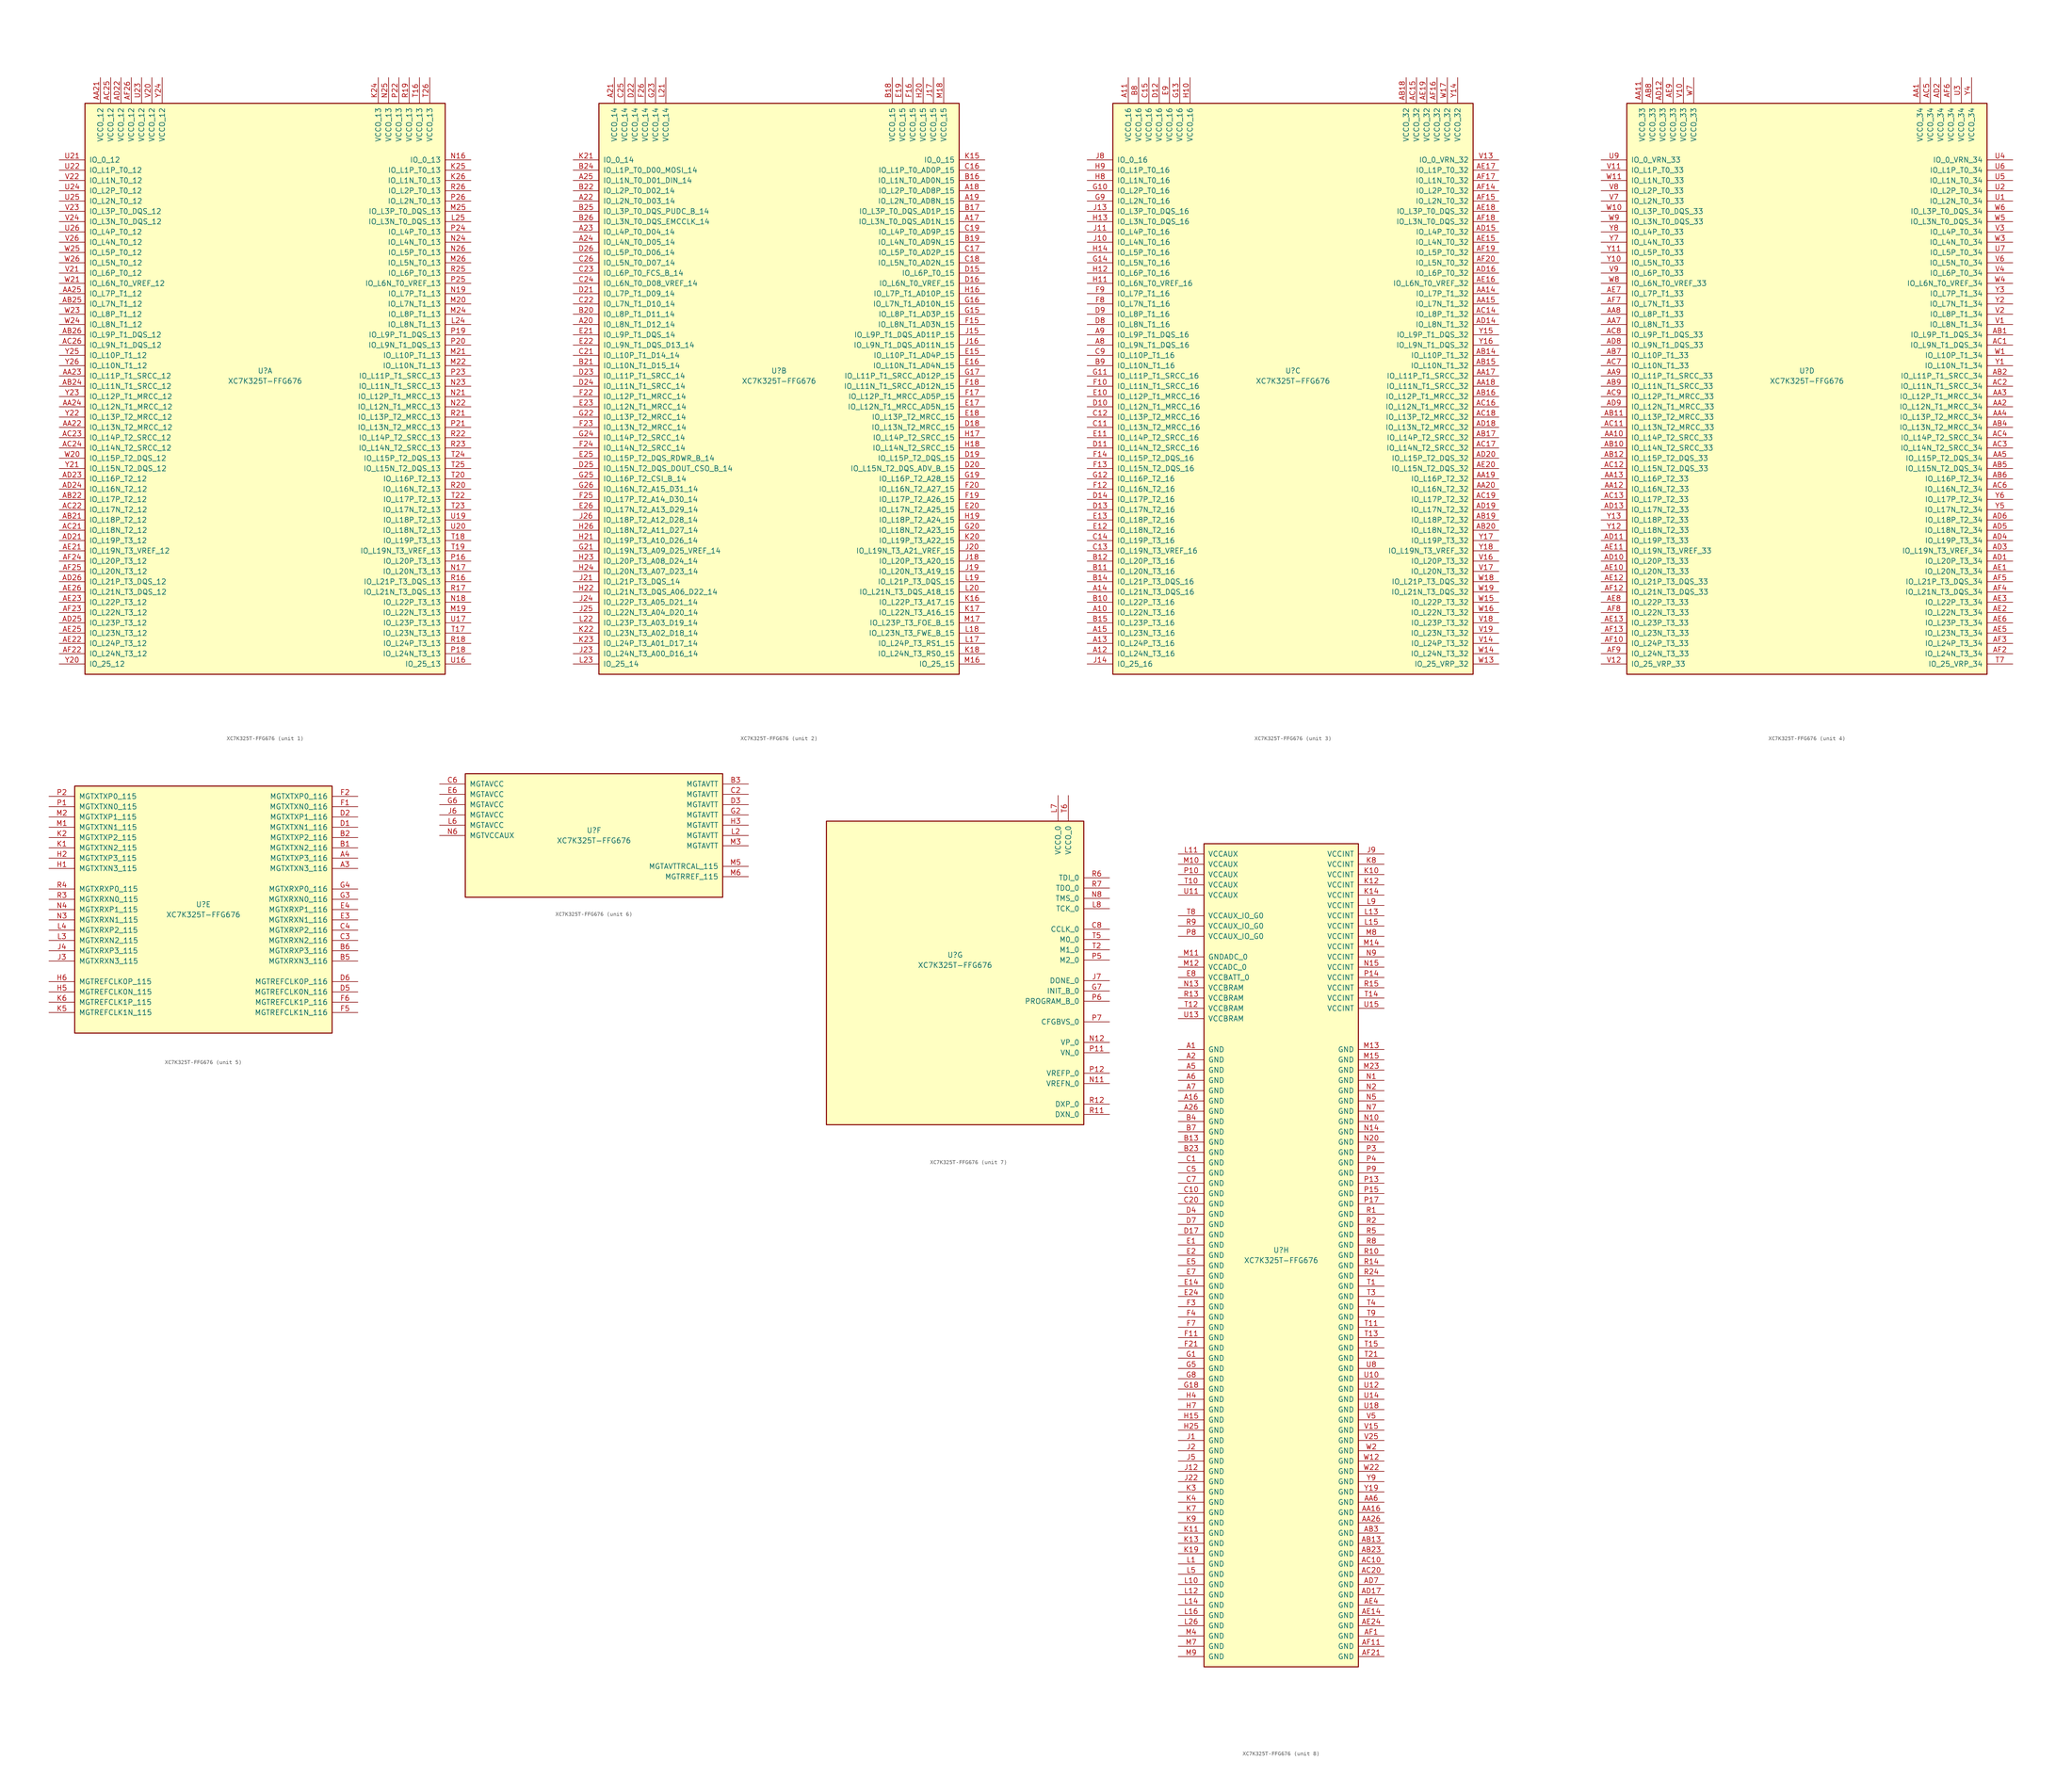
<source format=kicad_sym>
(kicad_symbol_lib
  (version 20201005)
  (generator kicad_symbol_editor)
  (symbol "XC7K325T-FFG676"
    (pin_names
      (offset 1.016))
    (property "Reference" "U"
      (at 0 1.27 0)
      (effects (font (size 1.27 1.27))))
    (property "Value" "XC7K325T-FFG676"
      (at 0 -1.27 0)
      (effects (font (size 1.27 1.27))))
    (property "Datasheet" ""
      (at 0 0 0)
      (effects (font (size 1.27 1.27))))
    (property "ki_locked" ""
      (at 0 0 0)
      (effects (font (size 1.27 1.27))))
    (symbol "XC7K325T-FFG676_1_1"
      (rectangle (start -44.45 67.31) (end 44.45 -73.66) (stroke (width 0.254)) (fill (type background)))
      (pin power_in line (at -40.64 73.66 270) (length 6.35) (name "VCCO_12" (effects (font (size 1.27 1.27)))) (number "AA21" (effects (font (size 1.27 1.27)))))
      (pin bidirectional line (at -50.8 -12.7 0) (length 6.35) (name "IO_L13N_T2_MRCC_12" (effects (font (size 1.27 1.27)))) (number "AA22" (effects (font (size 1.27 1.27)))))
      (pin bidirectional line (at -50.8 0 0) (length 6.35) (name "IO_L11P_T1_SRCC_12" (effects (font (size 1.27 1.27)))) (number "AA23" (effects (font (size 1.27 1.27)))))
      (pin bidirectional line (at -50.8 -7.62 0) (length 6.35) (name "IO_L12N_T1_MRCC_12" (effects (font (size 1.27 1.27)))) (number "AA24" (effects (font (size 1.27 1.27)))))
      (pin bidirectional line (at -50.8 20.32 0) (length 6.35) (name "IO_L7P_T1_12" (effects (font (size 1.27 1.27)))) (number "AA25" (effects (font (size 1.27 1.27)))))
      (pin bidirectional line (at -50.8 -35.56 0) (length 6.35) (name "IO_L18P_T2_12" (effects (font (size 1.27 1.27)))) (number "AB21" (effects (font (size 1.27 1.27)))))
      (pin bidirectional line (at -50.8 -30.48 0) (length 6.35) (name "IO_L17P_T2_12" (effects (font (size 1.27 1.27)))) (number "AB22" (effects (font (size 1.27 1.27)))))
      (pin bidirectional line (at -50.8 -2.54 0) (length 6.35) (name "IO_L11N_T1_SRCC_12" (effects (font (size 1.27 1.27)))) (number "AB24" (effects (font (size 1.27 1.27)))))
      (pin bidirectional line (at -50.8 17.78 0) (length 6.35) (name "IO_L7N_T1_12" (effects (font (size 1.27 1.27)))) (number "AB25" (effects (font (size 1.27 1.27)))))
      (pin bidirectional line (at -50.8 10.16 0) (length 6.35) (name "IO_L9P_T1_DQS_12" (effects (font (size 1.27 1.27)))) (number "AB26" (effects (font (size 1.27 1.27)))))
      (pin bidirectional line (at -50.8 -38.1 0) (length 6.35) (name "IO_L18N_T2_12" (effects (font (size 1.27 1.27)))) (number "AC21" (effects (font (size 1.27 1.27)))))
      (pin bidirectional line (at -50.8 -33.02 0) (length 6.35) (name "IO_L17N_T2_12" (effects (font (size 1.27 1.27)))) (number "AC22" (effects (font (size 1.27 1.27)))))
      (pin bidirectional line (at -50.8 -15.24 0) (length 6.35) (name "IO_L14P_T2_SRCC_12" (effects (font (size 1.27 1.27)))) (number "AC23" (effects (font (size 1.27 1.27)))))
      (pin bidirectional line (at -50.8 -17.78 0) (length 6.35) (name "IO_L14N_T2_SRCC_12" (effects (font (size 1.27 1.27)))) (number "AC24" (effects (font (size 1.27 1.27)))))
      (pin power_in line (at -38.1 73.66 270) (length 6.35) (name "VCCO_12" (effects (font (size 1.27 1.27)))) (number "AC25" (effects (font (size 1.27 1.27)))))
      (pin bidirectional line (at -50.8 7.62 0) (length 6.35) (name "IO_L9N_T1_DQS_12" (effects (font (size 1.27 1.27)))) (number "AC26" (effects (font (size 1.27 1.27)))))
      (pin bidirectional line (at -50.8 -40.64 0) (length 6.35) (name "IO_L19P_T3_12" (effects (font (size 1.27 1.27)))) (number "AD21" (effects (font (size 1.27 1.27)))))
      (pin power_in line (at -35.56 73.66 270) (length 6.35) (name "VCCO_12" (effects (font (size 1.27 1.27)))) (number "AD22" (effects (font (size 1.27 1.27)))))
      (pin bidirectional line (at -50.8 -25.4 0) (length 6.35) (name "IO_L16P_T2_12" (effects (font (size 1.27 1.27)))) (number "AD23" (effects (font (size 1.27 1.27)))))
      (pin bidirectional line (at -50.8 -27.94 0) (length 6.35) (name "IO_L16N_T2_12" (effects (font (size 1.27 1.27)))) (number "AD24" (effects (font (size 1.27 1.27)))))
      (pin bidirectional line (at -50.8 -60.96 0) (length 6.35) (name "IO_L23P_T3_12" (effects (font (size 1.27 1.27)))) (number "AD25" (effects (font (size 1.27 1.27)))))
      (pin bidirectional line (at -50.8 -50.8 0) (length 6.35) (name "IO_L21P_T3_DQS_12" (effects (font (size 1.27 1.27)))) (number "AD26" (effects (font (size 1.27 1.27)))))
      (pin bidirectional line (at -50.8 -43.18 0) (length 6.35) (name "IO_L19N_T3_VREF_12" (effects (font (size 1.27 1.27)))) (number "AE21" (effects (font (size 1.27 1.27)))))
      (pin bidirectional line (at -50.8 -66.04 0) (length 6.35) (name "IO_L24P_T3_12" (effects (font (size 1.27 1.27)))) (number "AE22" (effects (font (size 1.27 1.27)))))
      (pin bidirectional line (at -50.8 -55.88 0) (length 6.35) (name "IO_L22P_T3_12" (effects (font (size 1.27 1.27)))) (number "AE23" (effects (font (size 1.27 1.27)))))
      (pin bidirectional line (at -50.8 -63.5 0) (length 6.35) (name "IO_L23N_T3_12" (effects (font (size 1.27 1.27)))) (number "AE25" (effects (font (size 1.27 1.27)))))
      (pin bidirectional line (at -50.8 -53.34 0) (length 6.35) (name "IO_L21N_T3_DQS_12" (effects (font (size 1.27 1.27)))) (number "AE26" (effects (font (size 1.27 1.27)))))
      (pin bidirectional line (at -50.8 -68.58 0) (length 6.35) (name "IO_L24N_T3_12" (effects (font (size 1.27 1.27)))) (number "AF22" (effects (font (size 1.27 1.27)))))
      (pin bidirectional line (at -50.8 -58.42 0) (length 6.35) (name "IO_L22N_T3_12" (effects (font (size 1.27 1.27)))) (number "AF23" (effects (font (size 1.27 1.27)))))
      (pin bidirectional line (at -50.8 -45.72 0) (length 6.35) (name "IO_L20P_T3_12" (effects (font (size 1.27 1.27)))) (number "AF24" (effects (font (size 1.27 1.27)))))
      (pin bidirectional line (at -50.8 -48.26 0) (length 6.35) (name "IO_L20N_T3_12" (effects (font (size 1.27 1.27)))) (number "AF25" (effects (font (size 1.27 1.27)))))
      (pin power_in line (at -33.02 73.66 270) (length 6.35) (name "VCCO_12" (effects (font (size 1.27 1.27)))) (number "AF26" (effects (font (size 1.27 1.27)))))
      (pin power_in line (at 27.94 73.66 270) (length 6.35) (name "VCCO_13" (effects (font (size 1.27 1.27)))) (number "K24" (effects (font (size 1.27 1.27)))))
      (pin bidirectional line (at 50.8 50.8 180) (length 6.35) (name "IO_L1P_T0_13" (effects (font (size 1.27 1.27)))) (number "K25" (effects (font (size 1.27 1.27)))))
      (pin bidirectional line (at 50.8 48.26 180) (length 6.35) (name "IO_L1N_T0_13" (effects (font (size 1.27 1.27)))) (number "K26" (effects (font (size 1.27 1.27)))))
      (pin bidirectional line (at 50.8 12.7 180) (length 6.35) (name "IO_L8N_T1_13" (effects (font (size 1.27 1.27)))) (number "L24" (effects (font (size 1.27 1.27)))))
      (pin bidirectional line (at 50.8 38.1 180) (length 6.35) (name "IO_L3N_T0_DQS_13" (effects (font (size 1.27 1.27)))) (number "L25" (effects (font (size 1.27 1.27)))))
      (pin bidirectional line (at 50.8 -58.42 180) (length 6.35) (name "IO_L22N_T3_13" (effects (font (size 1.27 1.27)))) (number "M19" (effects (font (size 1.27 1.27)))))
      (pin bidirectional line (at 50.8 17.78 180) (length 6.35) (name "IO_L7N_T1_13" (effects (font (size 1.27 1.27)))) (number "M20" (effects (font (size 1.27 1.27)))))
      (pin bidirectional line (at 50.8 5.08 180) (length 6.35) (name "IO_L10P_T1_13" (effects (font (size 1.27 1.27)))) (number "M21" (effects (font (size 1.27 1.27)))))
      (pin bidirectional line (at 50.8 2.54 180) (length 6.35) (name "IO_L10N_T1_13" (effects (font (size 1.27 1.27)))) (number "M22" (effects (font (size 1.27 1.27)))))
      (pin bidirectional line (at 50.8 15.24 180) (length 6.35) (name "IO_L8P_T1_13" (effects (font (size 1.27 1.27)))) (number "M24" (effects (font (size 1.27 1.27)))))
      (pin bidirectional line (at 50.8 40.64 180) (length 6.35) (name "IO_L3P_T0_DQS_13" (effects (font (size 1.27 1.27)))) (number "M25" (effects (font (size 1.27 1.27)))))
      (pin bidirectional line (at 50.8 27.94 180) (length 6.35) (name "IO_L5N_T0_13" (effects (font (size 1.27 1.27)))) (number "M26" (effects (font (size 1.27 1.27)))))
      (pin bidirectional line (at 50.8 53.34 180) (length 6.35) (name "IO_0_13" (effects (font (size 1.27 1.27)))) (number "N16" (effects (font (size 1.27 1.27)))))
      (pin bidirectional line (at 50.8 -48.26 180) (length 6.35) (name "IO_L20N_T3_13" (effects (font (size 1.27 1.27)))) (number "N17" (effects (font (size 1.27 1.27)))))
      (pin bidirectional line (at 50.8 -55.88 180) (length 6.35) (name "IO_L22P_T3_13" (effects (font (size 1.27 1.27)))) (number "N18" (effects (font (size 1.27 1.27)))))
      (pin bidirectional line (at 50.8 20.32 180) (length 6.35) (name "IO_L7P_T1_13" (effects (font (size 1.27 1.27)))) (number "N19" (effects (font (size 1.27 1.27)))))
      (pin bidirectional line (at 50.8 -5.08 180) (length 6.35) (name "IO_L12P_T1_MRCC_13" (effects (font (size 1.27 1.27)))) (number "N21" (effects (font (size 1.27 1.27)))))
      (pin bidirectional line (at 50.8 -7.62 180) (length 6.35) (name "IO_L12N_T1_MRCC_13" (effects (font (size 1.27 1.27)))) (number "N22" (effects (font (size 1.27 1.27)))))
      (pin bidirectional line (at 50.8 -2.54 180) (length 6.35) (name "IO_L11N_T1_SRCC_13" (effects (font (size 1.27 1.27)))) (number "N23" (effects (font (size 1.27 1.27)))))
      (pin bidirectional line (at 50.8 33.02 180) (length 6.35) (name "IO_L4N_T0_13" (effects (font (size 1.27 1.27)))) (number "N24" (effects (font (size 1.27 1.27)))))
      (pin power_in line (at 30.48 73.66 270) (length 6.35) (name "VCCO_13" (effects (font (size 1.27 1.27)))) (number "N25" (effects (font (size 1.27 1.27)))))
      (pin bidirectional line (at 50.8 30.48 180) (length 6.35) (name "IO_L5P_T0_13" (effects (font (size 1.27 1.27)))) (number "N26" (effects (font (size 1.27 1.27)))))
      (pin bidirectional line (at 50.8 -45.72 180) (length 6.35) (name "IO_L20P_T3_13" (effects (font (size 1.27 1.27)))) (number "P16" (effects (font (size 1.27 1.27)))))
      (pin bidirectional line (at 50.8 -68.58 180) (length 6.35) (name "IO_L24N_T3_13" (effects (font (size 1.27 1.27)))) (number "P18" (effects (font (size 1.27 1.27)))))
      (pin bidirectional line (at 50.8 10.16 180) (length 6.35) (name "IO_L9P_T1_DQS_13" (effects (font (size 1.27 1.27)))) (number "P19" (effects (font (size 1.27 1.27)))))
      (pin bidirectional line (at 50.8 7.62 180) (length 6.35) (name "IO_L9N_T1_DQS_13" (effects (font (size 1.27 1.27)))) (number "P20" (effects (font (size 1.27 1.27)))))
      (pin bidirectional line (at 50.8 -12.7 180) (length 6.35) (name "IO_L13N_T2_MRCC_13" (effects (font (size 1.27 1.27)))) (number "P21" (effects (font (size 1.27 1.27)))))
      (pin power_in line (at 33.02 73.66 270) (length 6.35) (name "VCCO_13" (effects (font (size 1.27 1.27)))) (number "P22" (effects (font (size 1.27 1.27)))))
      (pin bidirectional line (at 50.8 0 180) (length 6.35) (name "IO_L11P_T1_SRCC_13" (effects (font (size 1.27 1.27)))) (number "P23" (effects (font (size 1.27 1.27)))))
      (pin bidirectional line (at 50.8 35.56 180) (length 6.35) (name "IO_L4P_T0_13" (effects (font (size 1.27 1.27)))) (number "P24" (effects (font (size 1.27 1.27)))))
      (pin bidirectional line (at 50.8 22.86 180) (length 6.35) (name "IO_L6N_T0_VREF_13" (effects (font (size 1.27 1.27)))) (number "P25" (effects (font (size 1.27 1.27)))))
      (pin bidirectional line (at 50.8 43.18 180) (length 6.35) (name "IO_L2N_T0_13" (effects (font (size 1.27 1.27)))) (number "P26" (effects (font (size 1.27 1.27)))))
      (pin bidirectional line (at 50.8 -50.8 180) (length 6.35) (name "IO_L21P_T3_DQS_13" (effects (font (size 1.27 1.27)))) (number "R16" (effects (font (size 1.27 1.27)))))
      (pin bidirectional line (at 50.8 -53.34 180) (length 6.35) (name "IO_L21N_T3_DQS_13" (effects (font (size 1.27 1.27)))) (number "R17" (effects (font (size 1.27 1.27)))))
      (pin bidirectional line (at 50.8 -66.04 180) (length 6.35) (name "IO_L24P_T3_13" (effects (font (size 1.27 1.27)))) (number "R18" (effects (font (size 1.27 1.27)))))
      (pin power_in line (at 35.56 73.66 270) (length 6.35) (name "VCCO_13" (effects (font (size 1.27 1.27)))) (number "R19" (effects (font (size 1.27 1.27)))))
      (pin bidirectional line (at 50.8 -27.94 180) (length 6.35) (name "IO_L16N_T2_13" (effects (font (size 1.27 1.27)))) (number "R20" (effects (font (size 1.27 1.27)))))
      (pin bidirectional line (at 50.8 -10.16 180) (length 6.35) (name "IO_L13P_T2_MRCC_13" (effects (font (size 1.27 1.27)))) (number "R21" (effects (font (size 1.27 1.27)))))
      (pin bidirectional line (at 50.8 -15.24 180) (length 6.35) (name "IO_L14P_T2_SRCC_13" (effects (font (size 1.27 1.27)))) (number "R22" (effects (font (size 1.27 1.27)))))
      (pin bidirectional line (at 50.8 -17.78 180) (length 6.35) (name "IO_L14N_T2_SRCC_13" (effects (font (size 1.27 1.27)))) (number "R23" (effects (font (size 1.27 1.27)))))
      (pin bidirectional line (at 50.8 25.4 180) (length 6.35) (name "IO_L6P_T0_13" (effects (font (size 1.27 1.27)))) (number "R25" (effects (font (size 1.27 1.27)))))
      (pin bidirectional line (at 50.8 45.72 180) (length 6.35) (name "IO_L2P_T0_13" (effects (font (size 1.27 1.27)))) (number "R26" (effects (font (size 1.27 1.27)))))
      (pin power_in line (at 38.1 73.66 270) (length 6.35) (name "VCCO_13" (effects (font (size 1.27 1.27)))) (number "T16" (effects (font (size 1.27 1.27)))))
      (pin bidirectional line (at 50.8 -63.5 180) (length 6.35) (name "IO_L23N_T3_13" (effects (font (size 1.27 1.27)))) (number "T17" (effects (font (size 1.27 1.27)))))
      (pin bidirectional line (at 50.8 -40.64 180) (length 6.35) (name "IO_L19P_T3_13" (effects (font (size 1.27 1.27)))) (number "T18" (effects (font (size 1.27 1.27)))))
      (pin bidirectional line (at 50.8 -43.18 180) (length 6.35) (name "IO_L19N_T3_VREF_13" (effects (font (size 1.27 1.27)))) (number "T19" (effects (font (size 1.27 1.27)))))
      (pin bidirectional line (at 50.8 -25.4 180) (length 6.35) (name "IO_L16P_T2_13" (effects (font (size 1.27 1.27)))) (number "T20" (effects (font (size 1.27 1.27)))))
      (pin bidirectional line (at 50.8 -30.48 180) (length 6.35) (name "IO_L17P_T2_13" (effects (font (size 1.27 1.27)))) (number "T22" (effects (font (size 1.27 1.27)))))
      (pin bidirectional line (at 50.8 -33.02 180) (length 6.35) (name "IO_L17N_T2_13" (effects (font (size 1.27 1.27)))) (number "T23" (effects (font (size 1.27 1.27)))))
      (pin bidirectional line (at 50.8 -20.32 180) (length 6.35) (name "IO_L15P_T2_DQS_13" (effects (font (size 1.27 1.27)))) (number "T24" (effects (font (size 1.27 1.27)))))
      (pin bidirectional line (at 50.8 -22.86 180) (length 6.35) (name "IO_L15N_T2_DQS_13" (effects (font (size 1.27 1.27)))) (number "T25" (effects (font (size 1.27 1.27)))))
      (pin power_in line (at 40.64 73.66 270) (length 6.35) (name "VCCO_13" (effects (font (size 1.27 1.27)))) (number "T26" (effects (font (size 1.27 1.27)))))
      (pin bidirectional line (at 50.8 -71.12 180) (length 6.35) (name "IO_25_13" (effects (font (size 1.27 1.27)))) (number "U16" (effects (font (size 1.27 1.27)))))
      (pin bidirectional line (at 50.8 -60.96 180) (length 6.35) (name "IO_L23P_T3_13" (effects (font (size 1.27 1.27)))) (number "U17" (effects (font (size 1.27 1.27)))))
      (pin bidirectional line (at 50.8 -35.56 180) (length 6.35) (name "IO_L18P_T2_13" (effects (font (size 1.27 1.27)))) (number "U19" (effects (font (size 1.27 1.27)))))
      (pin bidirectional line (at 50.8 -38.1 180) (length 6.35) (name "IO_L18N_T2_13" (effects (font (size 1.27 1.27)))) (number "U20" (effects (font (size 1.27 1.27)))))
      (pin bidirectional line (at -50.8 53.34 0) (length 6.35) (name "IO_0_12" (effects (font (size 1.27 1.27)))) (number "U21" (effects (font (size 1.27 1.27)))))
      (pin bidirectional line (at -50.8 50.8 0) (length 6.35) (name "IO_L1P_T0_12" (effects (font (size 1.27 1.27)))) (number "U22" (effects (font (size 1.27 1.27)))))
      (pin power_in line (at -30.48 73.66 270) (length 6.35) (name "VCCO_12" (effects (font (size 1.27 1.27)))) (number "U23" (effects (font (size 1.27 1.27)))))
      (pin bidirectional line (at -50.8 45.72 0) (length 6.35) (name "IO_L2P_T0_12" (effects (font (size 1.27 1.27)))) (number "U24" (effects (font (size 1.27 1.27)))))
      (pin bidirectional line (at -50.8 43.18 0) (length 6.35) (name "IO_L2N_T0_12" (effects (font (size 1.27 1.27)))) (number "U25" (effects (font (size 1.27 1.27)))))
      (pin bidirectional line (at -50.8 35.56 0) (length 6.35) (name "IO_L4P_T0_12" (effects (font (size 1.27 1.27)))) (number "U26" (effects (font (size 1.27 1.27)))))
      (pin power_in line (at -27.94 73.66 270) (length 6.35) (name "VCCO_12" (effects (font (size 1.27 1.27)))) (number "V20" (effects (font (size 1.27 1.27)))))
      (pin bidirectional line (at -50.8 25.4 0) (length 6.35) (name "IO_L6P_T0_12" (effects (font (size 1.27 1.27)))) (number "V21" (effects (font (size 1.27 1.27)))))
      (pin bidirectional line (at -50.8 48.26 0) (length 6.35) (name "IO_L1N_T0_12" (effects (font (size 1.27 1.27)))) (number "V22" (effects (font (size 1.27 1.27)))))
      (pin bidirectional line (at -50.8 40.64 0) (length 6.35) (name "IO_L3P_T0_DQS_12" (effects (font (size 1.27 1.27)))) (number "V23" (effects (font (size 1.27 1.27)))))
      (pin bidirectional line (at -50.8 38.1 0) (length 6.35) (name "IO_L3N_T0_DQS_12" (effects (font (size 1.27 1.27)))) (number "V24" (effects (font (size 1.27 1.27)))))
      (pin bidirectional line (at -50.8 33.02 0) (length 6.35) (name "IO_L4N_T0_12" (effects (font (size 1.27 1.27)))) (number "V26" (effects (font (size 1.27 1.27)))))
      (pin bidirectional line (at -50.8 -20.32 0) (length 6.35) (name "IO_L15P_T2_DQS_12" (effects (font (size 1.27 1.27)))) (number "W20" (effects (font (size 1.27 1.27)))))
      (pin bidirectional line (at -50.8 22.86 0) (length 6.35) (name "IO_L6N_T0_VREF_12" (effects (font (size 1.27 1.27)))) (number "W21" (effects (font (size 1.27 1.27)))))
      (pin bidirectional line (at -50.8 15.24 0) (length 6.35) (name "IO_L8P_T1_12" (effects (font (size 1.27 1.27)))) (number "W23" (effects (font (size 1.27 1.27)))))
      (pin bidirectional line (at -50.8 12.7 0) (length 6.35) (name "IO_L8N_T1_12" (effects (font (size 1.27 1.27)))) (number "W24" (effects (font (size 1.27 1.27)))))
      (pin bidirectional line (at -50.8 30.48 0) (length 6.35) (name "IO_L5P_T0_12" (effects (font (size 1.27 1.27)))) (number "W25" (effects (font (size 1.27 1.27)))))
      (pin bidirectional line (at -50.8 27.94 0) (length 6.35) (name "IO_L5N_T0_12" (effects (font (size 1.27 1.27)))) (number "W26" (effects (font (size 1.27 1.27)))))
      (pin bidirectional line (at -50.8 -71.12 0) (length 6.35) (name "IO_25_12" (effects (font (size 1.27 1.27)))) (number "Y20" (effects (font (size 1.27 1.27)))))
      (pin bidirectional line (at -50.8 -22.86 0) (length 6.35) (name "IO_L15N_T2_DQS_12" (effects (font (size 1.27 1.27)))) (number "Y21" (effects (font (size 1.27 1.27)))))
      (pin bidirectional line (at -50.8 -10.16 0) (length 6.35) (name "IO_L13P_T2_MRCC_12" (effects (font (size 1.27 1.27)))) (number "Y22" (effects (font (size 1.27 1.27)))))
      (pin bidirectional line (at -50.8 -5.08 0) (length 6.35) (name "IO_L12P_T1_MRCC_12" (effects (font (size 1.27 1.27)))) (number "Y23" (effects (font (size 1.27 1.27)))))
      (pin power_in line (at -25.4 73.66 270) (length 6.35) (name "VCCO_12" (effects (font (size 1.27 1.27)))) (number "Y24" (effects (font (size 1.27 1.27)))))
      (pin bidirectional line (at -50.8 5.08 0) (length 6.35) (name "IO_L10P_T1_12" (effects (font (size 1.27 1.27)))) (number "Y25" (effects (font (size 1.27 1.27)))))
      (pin bidirectional line (at -50.8 2.54 0) (length 6.35) (name "IO_L10N_T1_12" (effects (font (size 1.27 1.27)))) (number "Y26" (effects (font (size 1.27 1.27))))))
    (symbol "XC7K325T-FFG676_2_1"
      (rectangle (start -44.45 67.31) (end 44.45 -73.66) (stroke (width 0.254)) (fill (type background)))
      (pin bidirectional line (at 50.8 38.1 180) (length 6.35) (name "IO_L3N_T0_DQS_AD1N_15" (effects (font (size 1.27 1.27)))) (number "A17" (effects (font (size 1.27 1.27)))))
      (pin bidirectional line (at 50.8 45.72 180) (length 6.35) (name "IO_L2P_T0_AD8P_15" (effects (font (size 1.27 1.27)))) (number "A18" (effects (font (size 1.27 1.27)))))
      (pin bidirectional line (at 50.8 43.18 180) (length 6.35) (name "IO_L2N_T0_AD8N_15" (effects (font (size 1.27 1.27)))) (number "A19" (effects (font (size 1.27 1.27)))))
      (pin bidirectional line (at -50.8 12.7 0) (length 6.35) (name "IO_L8N_T1_D12_14" (effects (font (size 1.27 1.27)))) (number "A20" (effects (font (size 1.27 1.27)))))
      (pin power_in line (at -40.64 73.66 270) (length 6.35) (name "VCCO_14" (effects (font (size 1.27 1.27)))) (number "A21" (effects (font (size 1.27 1.27)))))
      (pin bidirectional line (at -50.8 43.18 0) (length 6.35) (name "IO_L2N_T0_D03_14" (effects (font (size 1.27 1.27)))) (number "A22" (effects (font (size 1.27 1.27)))))
      (pin bidirectional line (at -50.8 35.56 0) (length 6.35) (name "IO_L4P_T0_D04_14" (effects (font (size 1.27 1.27)))) (number "A23" (effects (font (size 1.27 1.27)))))
      (pin bidirectional line (at -50.8 33.02 0) (length 6.35) (name "IO_L4N_T0_D05_14" (effects (font (size 1.27 1.27)))) (number "A24" (effects (font (size 1.27 1.27)))))
      (pin bidirectional line (at -50.8 48.26 0) (length 6.35) (name "IO_L1N_T0_D01_DIN_14" (effects (font (size 1.27 1.27)))) (number "A25" (effects (font (size 1.27 1.27)))))
      (pin bidirectional line (at 50.8 48.26 180) (length 6.35) (name "IO_L1N_T0_AD0N_15" (effects (font (size 1.27 1.27)))) (number "B16" (effects (font (size 1.27 1.27)))))
      (pin bidirectional line (at 50.8 40.64 180) (length 6.35) (name "IO_L3P_T0_DQS_AD1P_15" (effects (font (size 1.27 1.27)))) (number "B17" (effects (font (size 1.27 1.27)))))
      (pin power_in line (at 27.94 73.66 270) (length 6.35) (name "VCCO_15" (effects (font (size 1.27 1.27)))) (number "B18" (effects (font (size 1.27 1.27)))))
      (pin bidirectional line (at 50.8 33.02 180) (length 6.35) (name "IO_L4N_T0_AD9N_15" (effects (font (size 1.27 1.27)))) (number "B19" (effects (font (size 1.27 1.27)))))
      (pin bidirectional line (at -50.8 15.24 0) (length 6.35) (name "IO_L8P_T1_D11_14" (effects (font (size 1.27 1.27)))) (number "B20" (effects (font (size 1.27 1.27)))))
      (pin bidirectional line (at -50.8 2.54 0) (length 6.35) (name "IO_L10N_T1_D15_14" (effects (font (size 1.27 1.27)))) (number "B21" (effects (font (size 1.27 1.27)))))
      (pin bidirectional line (at -50.8 45.72 0) (length 6.35) (name "IO_L2P_T0_D02_14" (effects (font (size 1.27 1.27)))) (number "B22" (effects (font (size 1.27 1.27)))))
      (pin bidirectional line (at -50.8 50.8 0) (length 6.35) (name "IO_L1P_T0_D00_MOSI_14" (effects (font (size 1.27 1.27)))) (number "B24" (effects (font (size 1.27 1.27)))))
      (pin bidirectional line (at -50.8 40.64 0) (length 6.35) (name "IO_L3P_T0_DQS_PUDC_B_14" (effects (font (size 1.27 1.27)))) (number "B25" (effects (font (size 1.27 1.27)))))
      (pin bidirectional line (at -50.8 38.1 0) (length 6.35) (name "IO_L3N_T0_DQS_EMCCLK_14" (effects (font (size 1.27 1.27)))) (number "B26" (effects (font (size 1.27 1.27)))))
      (pin bidirectional line (at 50.8 50.8 180) (length 6.35) (name "IO_L1P_T0_AD0P_15" (effects (font (size 1.27 1.27)))) (number "C16" (effects (font (size 1.27 1.27)))))
      (pin bidirectional line (at 50.8 30.48 180) (length 6.35) (name "IO_L5P_T0_AD2P_15" (effects (font (size 1.27 1.27)))) (number "C17" (effects (font (size 1.27 1.27)))))
      (pin bidirectional line (at 50.8 27.94 180) (length 6.35) (name "IO_L5N_T0_AD2N_15" (effects (font (size 1.27 1.27)))) (number "C18" (effects (font (size 1.27 1.27)))))
      (pin bidirectional line (at 50.8 35.56 180) (length 6.35) (name "IO_L4P_T0_AD9P_15" (effects (font (size 1.27 1.27)))) (number "C19" (effects (font (size 1.27 1.27)))))
      (pin bidirectional line (at -50.8 5.08 0) (length 6.35) (name "IO_L10P_T1_D14_14" (effects (font (size 1.27 1.27)))) (number "C21" (effects (font (size 1.27 1.27)))))
      (pin bidirectional line (at -50.8 17.78 0) (length 6.35) (name "IO_L7N_T1_D10_14" (effects (font (size 1.27 1.27)))) (number "C22" (effects (font (size 1.27 1.27)))))
      (pin bidirectional line (at -50.8 25.4 0) (length 6.35) (name "IO_L6P_T0_FCS_B_14" (effects (font (size 1.27 1.27)))) (number "C23" (effects (font (size 1.27 1.27)))))
      (pin bidirectional line (at -50.8 22.86 0) (length 6.35) (name "IO_L6N_T0_D08_VREF_14" (effects (font (size 1.27 1.27)))) (number "C24" (effects (font (size 1.27 1.27)))))
      (pin power_in line (at -38.1 73.66 270) (length 6.35) (name "VCCO_14" (effects (font (size 1.27 1.27)))) (number "C25" (effects (font (size 1.27 1.27)))))
      (pin bidirectional line (at -50.8 27.94 0) (length 6.35) (name "IO_L5N_T0_D07_14" (effects (font (size 1.27 1.27)))) (number "C26" (effects (font (size 1.27 1.27)))))
      (pin bidirectional line (at 50.8 25.4 180) (length 6.35) (name "IO_L6P_T0_15" (effects (font (size 1.27 1.27)))) (number "D15" (effects (font (size 1.27 1.27)))))
      (pin bidirectional line (at 50.8 22.86 180) (length 6.35) (name "IO_L6N_T0_VREF_15" (effects (font (size 1.27 1.27)))) (number "D16" (effects (font (size 1.27 1.27)))))
      (pin bidirectional line (at 50.8 -12.7 180) (length 6.35) (name "IO_L13N_T2_MRCC_15" (effects (font (size 1.27 1.27)))) (number "D18" (effects (font (size 1.27 1.27)))))
      (pin bidirectional line (at 50.8 -20.32 180) (length 6.35) (name "IO_L15P_T2_DQS_15" (effects (font (size 1.27 1.27)))) (number "D19" (effects (font (size 1.27 1.27)))))
      (pin bidirectional line (at 50.8 -22.86 180) (length 6.35) (name "IO_L15N_T2_DQS_ADV_B_15" (effects (font (size 1.27 1.27)))) (number "D20" (effects (font (size 1.27 1.27)))))
      (pin bidirectional line (at -50.8 20.32 0) (length 6.35) (name "IO_L7P_T1_D09_14" (effects (font (size 1.27 1.27)))) (number "D21" (effects (font (size 1.27 1.27)))))
      (pin power_in line (at -35.56 73.66 270) (length 6.35) (name "VCCO_14" (effects (font (size 1.27 1.27)))) (number "D22" (effects (font (size 1.27 1.27)))))
      (pin bidirectional line (at -50.8 0 0) (length 6.35) (name "IO_L11P_T1_SRCC_14" (effects (font (size 1.27 1.27)))) (number "D23" (effects (font (size 1.27 1.27)))))
      (pin bidirectional line (at -50.8 -2.54 0) (length 6.35) (name "IO_L11N_T1_SRCC_14" (effects (font (size 1.27 1.27)))) (number "D24" (effects (font (size 1.27 1.27)))))
      (pin bidirectional line (at -50.8 -22.86 0) (length 6.35) (name "IO_L15N_T2_DQS_DOUT_CSO_B_14" (effects (font (size 1.27 1.27)))) (number "D25" (effects (font (size 1.27 1.27)))))
      (pin bidirectional line (at -50.8 30.48 0) (length 6.35) (name "IO_L5P_T0_D06_14" (effects (font (size 1.27 1.27)))) (number "D26" (effects (font (size 1.27 1.27)))))
      (pin bidirectional line (at 50.8 5.08 180) (length 6.35) (name "IO_L10P_T1_AD4P_15" (effects (font (size 1.27 1.27)))) (number "E15" (effects (font (size 1.27 1.27)))))
      (pin bidirectional line (at 50.8 2.54 180) (length 6.35) (name "IO_L10N_T1_AD4N_15" (effects (font (size 1.27 1.27)))) (number "E16" (effects (font (size 1.27 1.27)))))
      (pin bidirectional line (at 50.8 -7.62 180) (length 6.35) (name "IO_L12N_T1_MRCC_AD5N_15" (effects (font (size 1.27 1.27)))) (number "E17" (effects (font (size 1.27 1.27)))))
      (pin bidirectional line (at 50.8 -10.16 180) (length 6.35) (name "IO_L13P_T2_MRCC_15" (effects (font (size 1.27 1.27)))) (number "E18" (effects (font (size 1.27 1.27)))))
      (pin power_in line (at 30.48 73.66 270) (length 6.35) (name "VCCO_15" (effects (font (size 1.27 1.27)))) (number "E19" (effects (font (size 1.27 1.27)))))
      (pin bidirectional line (at 50.8 -33.02 180) (length 6.35) (name "IO_L17N_T2_A25_15" (effects (font (size 1.27 1.27)))) (number "E20" (effects (font (size 1.27 1.27)))))
      (pin bidirectional line (at -50.8 10.16 0) (length 6.35) (name "IO_L9P_T1_DQS_14" (effects (font (size 1.27 1.27)))) (number "E21" (effects (font (size 1.27 1.27)))))
      (pin bidirectional line (at -50.8 7.62 0) (length 6.35) (name "IO_L9N_T1_DQS_D13_14" (effects (font (size 1.27 1.27)))) (number "E22" (effects (font (size 1.27 1.27)))))
      (pin bidirectional line (at -50.8 -7.62 0) (length 6.35) (name "IO_L12N_T1_MRCC_14" (effects (font (size 1.27 1.27)))) (number "E23" (effects (font (size 1.27 1.27)))))
      (pin bidirectional line (at -50.8 -20.32 0) (length 6.35) (name "IO_L15P_T2_DQS_RDWR_B_14" (effects (font (size 1.27 1.27)))) (number "E25" (effects (font (size 1.27 1.27)))))
      (pin bidirectional line (at -50.8 -33.02 0) (length 6.35) (name "IO_L17N_T2_A13_D29_14" (effects (font (size 1.27 1.27)))) (number "E26" (effects (font (size 1.27 1.27)))))
      (pin bidirectional line (at 50.8 12.7 180) (length 6.35) (name "IO_L8N_T1_AD3N_15" (effects (font (size 1.27 1.27)))) (number "F15" (effects (font (size 1.27 1.27)))))
      (pin power_in line (at 33.02 73.66 270) (length 6.35) (name "VCCO_15" (effects (font (size 1.27 1.27)))) (number "F16" (effects (font (size 1.27 1.27)))))
      (pin bidirectional line (at 50.8 -5.08 180) (length 6.35) (name "IO_L12P_T1_MRCC_AD5P_15" (effects (font (size 1.27 1.27)))) (number "F17" (effects (font (size 1.27 1.27)))))
      (pin bidirectional line (at 50.8 -2.54 180) (length 6.35) (name "IO_L11N_T1_SRCC_AD12N_15" (effects (font (size 1.27 1.27)))) (number "F18" (effects (font (size 1.27 1.27)))))
      (pin bidirectional line (at 50.8 -30.48 180) (length 6.35) (name "IO_L17P_T2_A26_15" (effects (font (size 1.27 1.27)))) (number "F19" (effects (font (size 1.27 1.27)))))
      (pin bidirectional line (at 50.8 -27.94 180) (length 6.35) (name "IO_L16N_T2_A27_15" (effects (font (size 1.27 1.27)))) (number "F20" (effects (font (size 1.27 1.27)))))
      (pin bidirectional line (at -50.8 -5.08 0) (length 6.35) (name "IO_L12P_T1_MRCC_14" (effects (font (size 1.27 1.27)))) (number "F22" (effects (font (size 1.27 1.27)))))
      (pin bidirectional line (at -50.8 -12.7 0) (length 6.35) (name "IO_L13N_T2_MRCC_14" (effects (font (size 1.27 1.27)))) (number "F23" (effects (font (size 1.27 1.27)))))
      (pin bidirectional line (at -50.8 -17.78 0) (length 6.35) (name "IO_L14N_T2_SRCC_14" (effects (font (size 1.27 1.27)))) (number "F24" (effects (font (size 1.27 1.27)))))
      (pin bidirectional line (at -50.8 -30.48 0) (length 6.35) (name "IO_L17P_T2_A14_D30_14" (effects (font (size 1.27 1.27)))) (number "F25" (effects (font (size 1.27 1.27)))))
      (pin power_in line (at -33.02 73.66 270) (length 6.35) (name "VCCO_14" (effects (font (size 1.27 1.27)))) (number "F26" (effects (font (size 1.27 1.27)))))
      (pin bidirectional line (at 50.8 15.24 180) (length 6.35) (name "IO_L8P_T1_AD3P_15" (effects (font (size 1.27 1.27)))) (number "G15" (effects (font (size 1.27 1.27)))))
      (pin bidirectional line (at 50.8 17.78 180) (length 6.35) (name "IO_L7N_T1_AD10N_15" (effects (font (size 1.27 1.27)))) (number "G16" (effects (font (size 1.27 1.27)))))
      (pin bidirectional line (at 50.8 0 180) (length 6.35) (name "IO_L11P_T1_SRCC_AD12P_15" (effects (font (size 1.27 1.27)))) (number "G17" (effects (font (size 1.27 1.27)))))
      (pin bidirectional line (at 50.8 -25.4 180) (length 6.35) (name "IO_L16P_T2_A28_15" (effects (font (size 1.27 1.27)))) (number "G19" (effects (font (size 1.27 1.27)))))
      (pin bidirectional line (at 50.8 -38.1 180) (length 6.35) (name "IO_L18N_T2_A23_15" (effects (font (size 1.27 1.27)))) (number "G20" (effects (font (size 1.27 1.27)))))
      (pin bidirectional line (at -50.8 -43.18 0) (length 6.35) (name "IO_L19N_T3_A09_D25_VREF_14" (effects (font (size 1.27 1.27)))) (number "G21" (effects (font (size 1.27 1.27)))))
      (pin bidirectional line (at -50.8 -10.16 0) (length 6.35) (name "IO_L13P_T2_MRCC_14" (effects (font (size 1.27 1.27)))) (number "G22" (effects (font (size 1.27 1.27)))))
      (pin power_in line (at -30.48 73.66 270) (length 6.35) (name "VCCO_14" (effects (font (size 1.27 1.27)))) (number "G23" (effects (font (size 1.27 1.27)))))
      (pin bidirectional line (at -50.8 -15.24 0) (length 6.35) (name "IO_L14P_T2_SRCC_14" (effects (font (size 1.27 1.27)))) (number "G24" (effects (font (size 1.27 1.27)))))
      (pin bidirectional line (at -50.8 -25.4 0) (length 6.35) (name "IO_L16P_T2_CSI_B_14" (effects (font (size 1.27 1.27)))) (number "G25" (effects (font (size 1.27 1.27)))))
      (pin bidirectional line (at -50.8 -27.94 0) (length 6.35) (name "IO_L16N_T2_A15_D31_14" (effects (font (size 1.27 1.27)))) (number "G26" (effects (font (size 1.27 1.27)))))
      (pin bidirectional line (at 50.8 20.32 180) (length 6.35) (name "IO_L7P_T1_AD10P_15" (effects (font (size 1.27 1.27)))) (number "H16" (effects (font (size 1.27 1.27)))))
      (pin bidirectional line (at 50.8 -15.24 180) (length 6.35) (name "IO_L14P_T2_SRCC_15" (effects (font (size 1.27 1.27)))) (number "H17" (effects (font (size 1.27 1.27)))))
      (pin bidirectional line (at 50.8 -17.78 180) (length 6.35) (name "IO_L14N_T2_SRCC_15" (effects (font (size 1.27 1.27)))) (number "H18" (effects (font (size 1.27 1.27)))))
      (pin bidirectional line (at 50.8 -35.56 180) (length 6.35) (name "IO_L18P_T2_A24_15" (effects (font (size 1.27 1.27)))) (number "H19" (effects (font (size 1.27 1.27)))))
      (pin power_in line (at 35.56 73.66 270) (length 6.35) (name "VCCO_15" (effects (font (size 1.27 1.27)))) (number "H20" (effects (font (size 1.27 1.27)))))
      (pin bidirectional line (at -50.8 -40.64 0) (length 6.35) (name "IO_L19P_T3_A10_D26_14" (effects (font (size 1.27 1.27)))) (number "H21" (effects (font (size 1.27 1.27)))))
      (pin bidirectional line (at -50.8 -53.34 0) (length 6.35) (name "IO_L21N_T3_DQS_A06_D22_14" (effects (font (size 1.27 1.27)))) (number "H22" (effects (font (size 1.27 1.27)))))
      (pin bidirectional line (at -50.8 -45.72 0) (length 6.35) (name "IO_L20P_T3_A08_D24_14" (effects (font (size 1.27 1.27)))) (number "H23" (effects (font (size 1.27 1.27)))))
      (pin bidirectional line (at -50.8 -48.26 0) (length 6.35) (name "IO_L20N_T3_A07_D23_14" (effects (font (size 1.27 1.27)))) (number "H24" (effects (font (size 1.27 1.27)))))
      (pin bidirectional line (at -50.8 -38.1 0) (length 6.35) (name "IO_L18N_T2_A11_D27_14" (effects (font (size 1.27 1.27)))) (number "H26" (effects (font (size 1.27 1.27)))))
      (pin bidirectional line (at 50.8 10.16 180) (length 6.35) (name "IO_L9P_T1_DQS_AD11P_15" (effects (font (size 1.27 1.27)))) (number "J15" (effects (font (size 1.27 1.27)))))
      (pin bidirectional line (at 50.8 7.62 180) (length 6.35) (name "IO_L9N_T1_DQS_AD11N_15" (effects (font (size 1.27 1.27)))) (number "J16" (effects (font (size 1.27 1.27)))))
      (pin power_in line (at 38.1 73.66 270) (length 6.35) (name "VCCO_15" (effects (font (size 1.27 1.27)))) (number "J17" (effects (font (size 1.27 1.27)))))
      (pin bidirectional line (at 50.8 -45.72 180) (length 6.35) (name "IO_L20P_T3_A20_15" (effects (font (size 1.27 1.27)))) (number "J18" (effects (font (size 1.27 1.27)))))
      (pin bidirectional line (at 50.8 -48.26 180) (length 6.35) (name "IO_L20N_T3_A19_15" (effects (font (size 1.27 1.27)))) (number "J19" (effects (font (size 1.27 1.27)))))
      (pin bidirectional line (at 50.8 -43.18 180) (length 6.35) (name "IO_L19N_T3_A21_VREF_15" (effects (font (size 1.27 1.27)))) (number "J20" (effects (font (size 1.27 1.27)))))
      (pin bidirectional line (at -50.8 -50.8 0) (length 6.35) (name "IO_L21P_T3_DQS_14" (effects (font (size 1.27 1.27)))) (number "J21" (effects (font (size 1.27 1.27)))))
      (pin bidirectional line (at -50.8 -68.58 0) (length 6.35) (name "IO_L24N_T3_A00_D16_14" (effects (font (size 1.27 1.27)))) (number "J23" (effects (font (size 1.27 1.27)))))
      (pin bidirectional line (at -50.8 -55.88 0) (length 6.35) (name "IO_L22P_T3_A05_D21_14" (effects (font (size 1.27 1.27)))) (number "J24" (effects (font (size 1.27 1.27)))))
      (pin bidirectional line (at -50.8 -58.42 0) (length 6.35) (name "IO_L22N_T3_A04_D20_14" (effects (font (size 1.27 1.27)))) (number "J25" (effects (font (size 1.27 1.27)))))
      (pin bidirectional line (at -50.8 -35.56 0) (length 6.35) (name "IO_L18P_T2_A12_D28_14" (effects (font (size 1.27 1.27)))) (number "J26" (effects (font (size 1.27 1.27)))))
      (pin bidirectional line (at 50.8 53.34 180) (length 6.35) (name "IO_0_15" (effects (font (size 1.27 1.27)))) (number "K15" (effects (font (size 1.27 1.27)))))
      (pin bidirectional line (at 50.8 -55.88 180) (length 6.35) (name "IO_L22P_T3_A17_15" (effects (font (size 1.27 1.27)))) (number "K16" (effects (font (size 1.27 1.27)))))
      (pin bidirectional line (at 50.8 -58.42 180) (length 6.35) (name "IO_L22N_T3_A16_15" (effects (font (size 1.27 1.27)))) (number "K17" (effects (font (size 1.27 1.27)))))
      (pin bidirectional line (at 50.8 -68.58 180) (length 6.35) (name "IO_L24N_T3_RS0_15" (effects (font (size 1.27 1.27)))) (number "K18" (effects (font (size 1.27 1.27)))))
      (pin bidirectional line (at 50.8 -40.64 180) (length 6.35) (name "IO_L19P_T3_A22_15" (effects (font (size 1.27 1.27)))) (number "K20" (effects (font (size 1.27 1.27)))))
      (pin bidirectional line (at -50.8 53.34 0) (length 6.35) (name "IO_0_14" (effects (font (size 1.27 1.27)))) (number "K21" (effects (font (size 1.27 1.27)))))
      (pin bidirectional line (at -50.8 -63.5 0) (length 6.35) (name "IO_L23N_T3_A02_D18_14" (effects (font (size 1.27 1.27)))) (number "K22" (effects (font (size 1.27 1.27)))))
      (pin bidirectional line (at -50.8 -66.04 0) (length 6.35) (name "IO_L24P_T3_A01_D17_14" (effects (font (size 1.27 1.27)))) (number "K23" (effects (font (size 1.27 1.27)))))
      (pin bidirectional line (at 50.8 -66.04 180) (length 6.35) (name "IO_L24P_T3_RS1_15" (effects (font (size 1.27 1.27)))) (number "L17" (effects (font (size 1.27 1.27)))))
      (pin bidirectional line (at 50.8 -63.5 180) (length 6.35) (name "IO_L23N_T3_FWE_B_15" (effects (font (size 1.27 1.27)))) (number "L18" (effects (font (size 1.27 1.27)))))
      (pin bidirectional line (at 50.8 -50.8 180) (length 6.35) (name "IO_L21P_T3_DQS_15" (effects (font (size 1.27 1.27)))) (number "L19" (effects (font (size 1.27 1.27)))))
      (pin bidirectional line (at 50.8 -53.34 180) (length 6.35) (name "IO_L21N_T3_DQS_A18_15" (effects (font (size 1.27 1.27)))) (number "L20" (effects (font (size 1.27 1.27)))))
      (pin power_in line (at -27.94 73.66 270) (length 6.35) (name "VCCO_14" (effects (font (size 1.27 1.27)))) (number "L21" (effects (font (size 1.27 1.27)))))
      (pin bidirectional line (at -50.8 -60.96 0) (length 6.35) (name "IO_L23P_T3_A03_D19_14" (effects (font (size 1.27 1.27)))) (number "L22" (effects (font (size 1.27 1.27)))))
      (pin bidirectional line (at -50.8 -71.12 0) (length 6.35) (name "IO_25_14" (effects (font (size 1.27 1.27)))) (number "L23" (effects (font (size 1.27 1.27)))))
      (pin bidirectional line (at 50.8 -71.12 180) (length 6.35) (name "IO_25_15" (effects (font (size 1.27 1.27)))) (number "M16" (effects (font (size 1.27 1.27)))))
      (pin bidirectional line (at 50.8 -60.96 180) (length 6.35) (name "IO_L23P_T3_FOE_B_15" (effects (font (size 1.27 1.27)))) (number "M17" (effects (font (size 1.27 1.27)))))
      (pin power_in line (at 40.64 73.66 270) (length 6.35) (name "VCCO_15" (effects (font (size 1.27 1.27)))) (number "M18" (effects (font (size 1.27 1.27))))))
    (symbol "XC7K325T-FFG676_3_1"
      (rectangle (start -44.45 67.31) (end 44.45 -73.66) (stroke (width 0.254)) (fill (type background)))
      (pin bidirectional line (at -50.8 -58.42 0) (length 6.35) (name "IO_L22N_T3_16" (effects (font (size 1.27 1.27)))) (number "A10" (effects (font (size 1.27 1.27)))))
      (pin power_in line (at -40.64 73.66 270) (length 6.35) (name "VCCO_16" (effects (font (size 1.27 1.27)))) (number "A11" (effects (font (size 1.27 1.27)))))
      (pin bidirectional line (at -50.8 -68.58 0) (length 6.35) (name "IO_L24N_T3_16" (effects (font (size 1.27 1.27)))) (number "A12" (effects (font (size 1.27 1.27)))))
      (pin bidirectional line (at -50.8 -66.04 0) (length 6.35) (name "IO_L24P_T3_16" (effects (font (size 1.27 1.27)))) (number "A13" (effects (font (size 1.27 1.27)))))
      (pin bidirectional line (at -50.8 -53.34 0) (length 6.35) (name "IO_L21N_T3_DQS_16" (effects (font (size 1.27 1.27)))) (number "A14" (effects (font (size 1.27 1.27)))))
      (pin bidirectional line (at -50.8 -63.5 0) (length 6.35) (name "IO_L23N_T3_16" (effects (font (size 1.27 1.27)))) (number "A15" (effects (font (size 1.27 1.27)))))
      (pin bidirectional line (at -50.8 7.62 0) (length 6.35) (name "IO_L9N_T1_DQS_16" (effects (font (size 1.27 1.27)))) (number "A8" (effects (font (size 1.27 1.27)))))
      (pin bidirectional line (at -50.8 10.16 0) (length 6.35) (name "IO_L9P_T1_DQS_16" (effects (font (size 1.27 1.27)))) (number "A9" (effects (font (size 1.27 1.27)))))
      (pin bidirectional line (at 50.8 20.32 180) (length 6.35) (name "IO_L7P_T1_32" (effects (font (size 1.27 1.27)))) (number "AA14" (effects (font (size 1.27 1.27)))))
      (pin bidirectional line (at 50.8 17.78 180) (length 6.35) (name "IO_L7N_T1_32" (effects (font (size 1.27 1.27)))) (number "AA15" (effects (font (size 1.27 1.27)))))
      (pin bidirectional line (at 50.8 0 180) (length 6.35) (name "IO_L11P_T1_SRCC_32" (effects (font (size 1.27 1.27)))) (number "AA17" (effects (font (size 1.27 1.27)))))
      (pin bidirectional line (at 50.8 -2.54 180) (length 6.35) (name "IO_L11N_T1_SRCC_32" (effects (font (size 1.27 1.27)))) (number "AA18" (effects (font (size 1.27 1.27)))))
      (pin bidirectional line (at 50.8 -25.4 180) (length 6.35) (name "IO_L16P_T2_32" (effects (font (size 1.27 1.27)))) (number "AA19" (effects (font (size 1.27 1.27)))))
      (pin bidirectional line (at 50.8 -27.94 180) (length 6.35) (name "IO_L16N_T2_32" (effects (font (size 1.27 1.27)))) (number "AA20" (effects (font (size 1.27 1.27)))))
      (pin bidirectional line (at 50.8 5.08 180) (length 6.35) (name "IO_L10P_T1_32" (effects (font (size 1.27 1.27)))) (number "AB14" (effects (font (size 1.27 1.27)))))
      (pin bidirectional line (at 50.8 2.54 180) (length 6.35) (name "IO_L10N_T1_32" (effects (font (size 1.27 1.27)))) (number "AB15" (effects (font (size 1.27 1.27)))))
      (pin bidirectional line (at 50.8 -5.08 180) (length 6.35) (name "IO_L12P_T1_MRCC_32" (effects (font (size 1.27 1.27)))) (number "AB16" (effects (font (size 1.27 1.27)))))
      (pin bidirectional line (at 50.8 -15.24 180) (length 6.35) (name "IO_L14P_T2_SRCC_32" (effects (font (size 1.27 1.27)))) (number "AB17" (effects (font (size 1.27 1.27)))))
      (pin power_in line (at 27.94 73.66 270) (length 6.35) (name "VCCO_32" (effects (font (size 1.27 1.27)))) (number "AB18" (effects (font (size 1.27 1.27)))))
      (pin bidirectional line (at 50.8 -35.56 180) (length 6.35) (name "IO_L18P_T2_32" (effects (font (size 1.27 1.27)))) (number "AB19" (effects (font (size 1.27 1.27)))))
      (pin bidirectional line (at 50.8 -38.1 180) (length 6.35) (name "IO_L18N_T2_32" (effects (font (size 1.27 1.27)))) (number "AB20" (effects (font (size 1.27 1.27)))))
      (pin bidirectional line (at 50.8 15.24 180) (length 6.35) (name "IO_L8P_T1_32" (effects (font (size 1.27 1.27)))) (number "AC14" (effects (font (size 1.27 1.27)))))
      (pin power_in line (at 30.48 73.66 270) (length 6.35) (name "VCCO_32" (effects (font (size 1.27 1.27)))) (number "AC15" (effects (font (size 1.27 1.27)))))
      (pin bidirectional line (at 50.8 -7.62 180) (length 6.35) (name "IO_L12N_T1_MRCC_32" (effects (font (size 1.27 1.27)))) (number "AC16" (effects (font (size 1.27 1.27)))))
      (pin bidirectional line (at 50.8 -17.78 180) (length 6.35) (name "IO_L14N_T2_SRCC_32" (effects (font (size 1.27 1.27)))) (number "AC17" (effects (font (size 1.27 1.27)))))
      (pin bidirectional line (at 50.8 -10.16 180) (length 6.35) (name "IO_L13P_T2_MRCC_32" (effects (font (size 1.27 1.27)))) (number "AC18" (effects (font (size 1.27 1.27)))))
      (pin bidirectional line (at 50.8 -30.48 180) (length 6.35) (name "IO_L17P_T2_32" (effects (font (size 1.27 1.27)))) (number "AC19" (effects (font (size 1.27 1.27)))))
      (pin bidirectional line (at 50.8 12.7 180) (length 6.35) (name "IO_L8N_T1_32" (effects (font (size 1.27 1.27)))) (number "AD14" (effects (font (size 1.27 1.27)))))
      (pin bidirectional line (at 50.8 35.56 180) (length 6.35) (name "IO_L4P_T0_32" (effects (font (size 1.27 1.27)))) (number "AD15" (effects (font (size 1.27 1.27)))))
      (pin bidirectional line (at 50.8 25.4 180) (length 6.35) (name "IO_L6P_T0_32" (effects (font (size 1.27 1.27)))) (number "AD16" (effects (font (size 1.27 1.27)))))
      (pin bidirectional line (at 50.8 -12.7 180) (length 6.35) (name "IO_L13N_T2_MRCC_32" (effects (font (size 1.27 1.27)))) (number "AD18" (effects (font (size 1.27 1.27)))))
      (pin bidirectional line (at 50.8 -33.02 180) (length 6.35) (name "IO_L17N_T2_32" (effects (font (size 1.27 1.27)))) (number "AD19" (effects (font (size 1.27 1.27)))))
      (pin bidirectional line (at 50.8 -20.32 180) (length 6.35) (name "IO_L15P_T2_DQS_32" (effects (font (size 1.27 1.27)))) (number "AD20" (effects (font (size 1.27 1.27)))))
      (pin bidirectional line (at 50.8 33.02 180) (length 6.35) (name "IO_L4N_T0_32" (effects (font (size 1.27 1.27)))) (number "AE15" (effects (font (size 1.27 1.27)))))
      (pin bidirectional line (at 50.8 22.86 180) (length 6.35) (name "IO_L6N_T0_VREF_32" (effects (font (size 1.27 1.27)))) (number "AE16" (effects (font (size 1.27 1.27)))))
      (pin bidirectional line (at 50.8 50.8 180) (length 6.35) (name "IO_L1P_T0_32" (effects (font (size 1.27 1.27)))) (number "AE17" (effects (font (size 1.27 1.27)))))
      (pin bidirectional line (at 50.8 40.64 180) (length 6.35) (name "IO_L3P_T0_DQS_32" (effects (font (size 1.27 1.27)))) (number "AE18" (effects (font (size 1.27 1.27)))))
      (pin power_in line (at 33.02 73.66 270) (length 6.35) (name "VCCO_32" (effects (font (size 1.27 1.27)))) (number "AE19" (effects (font (size 1.27 1.27)))))
      (pin bidirectional line (at 50.8 -22.86 180) (length 6.35) (name "IO_L15N_T2_DQS_32" (effects (font (size 1.27 1.27)))) (number "AE20" (effects (font (size 1.27 1.27)))))
      (pin bidirectional line (at 50.8 45.72 180) (length 6.35) (name "IO_L2P_T0_32" (effects (font (size 1.27 1.27)))) (number "AF14" (effects (font (size 1.27 1.27)))))
      (pin bidirectional line (at 50.8 43.18 180) (length 6.35) (name "IO_L2N_T0_32" (effects (font (size 1.27 1.27)))) (number "AF15" (effects (font (size 1.27 1.27)))))
      (pin power_in line (at 35.56 73.66 270) (length 6.35) (name "VCCO_32" (effects (font (size 1.27 1.27)))) (number "AF16" (effects (font (size 1.27 1.27)))))
      (pin bidirectional line (at 50.8 48.26 180) (length 6.35) (name "IO_L1N_T0_32" (effects (font (size 1.27 1.27)))) (number "AF17" (effects (font (size 1.27 1.27)))))
      (pin bidirectional line (at 50.8 38.1 180) (length 6.35) (name "IO_L3N_T0_DQS_32" (effects (font (size 1.27 1.27)))) (number "AF18" (effects (font (size 1.27 1.27)))))
      (pin bidirectional line (at 50.8 30.48 180) (length 6.35) (name "IO_L5P_T0_32" (effects (font (size 1.27 1.27)))) (number "AF19" (effects (font (size 1.27 1.27)))))
      (pin bidirectional line (at 50.8 27.94 180) (length 6.35) (name "IO_L5N_T0_32" (effects (font (size 1.27 1.27)))) (number "AF20" (effects (font (size 1.27 1.27)))))
      (pin bidirectional line (at -50.8 -55.88 0) (length 6.35) (name "IO_L22P_T3_16" (effects (font (size 1.27 1.27)))) (number "B10" (effects (font (size 1.27 1.27)))))
      (pin bidirectional line (at -50.8 -48.26 0) (length 6.35) (name "IO_L20N_T3_16" (effects (font (size 1.27 1.27)))) (number "B11" (effects (font (size 1.27 1.27)))))
      (pin bidirectional line (at -50.8 -45.72 0) (length 6.35) (name "IO_L20P_T3_16" (effects (font (size 1.27 1.27)))) (number "B12" (effects (font (size 1.27 1.27)))))
      (pin bidirectional line (at -50.8 -50.8 0) (length 6.35) (name "IO_L21P_T3_DQS_16" (effects (font (size 1.27 1.27)))) (number "B14" (effects (font (size 1.27 1.27)))))
      (pin bidirectional line (at -50.8 -60.96 0) (length 6.35) (name "IO_L23P_T3_16" (effects (font (size 1.27 1.27)))) (number "B15" (effects (font (size 1.27 1.27)))))
      (pin power_in line (at -38.1 73.66 270) (length 6.35) (name "VCCO_16" (effects (font (size 1.27 1.27)))) (number "B8" (effects (font (size 1.27 1.27)))))
      (pin bidirectional line (at -50.8 2.54 0) (length 6.35) (name "IO_L10N_T1_16" (effects (font (size 1.27 1.27)))) (number "B9" (effects (font (size 1.27 1.27)))))
      (pin bidirectional line (at -50.8 -12.7 0) (length 6.35) (name "IO_L13N_T2_MRCC_16" (effects (font (size 1.27 1.27)))) (number "C11" (effects (font (size 1.27 1.27)))))
      (pin bidirectional line (at -50.8 -10.16 0) (length 6.35) (name "IO_L13P_T2_MRCC_16" (effects (font (size 1.27 1.27)))) (number "C12" (effects (font (size 1.27 1.27)))))
      (pin bidirectional line (at -50.8 -43.18 0) (length 6.35) (name "IO_L19N_T3_VREF_16" (effects (font (size 1.27 1.27)))) (number "C13" (effects (font (size 1.27 1.27)))))
      (pin bidirectional line (at -50.8 -40.64 0) (length 6.35) (name "IO_L19P_T3_16" (effects (font (size 1.27 1.27)))) (number "C14" (effects (font (size 1.27 1.27)))))
      (pin power_in line (at -35.56 73.66 270) (length 6.35) (name "VCCO_16" (effects (font (size 1.27 1.27)))) (number "C15" (effects (font (size 1.27 1.27)))))
      (pin bidirectional line (at -50.8 5.08 0) (length 6.35) (name "IO_L10P_T1_16" (effects (font (size 1.27 1.27)))) (number "C9" (effects (font (size 1.27 1.27)))))
      (pin bidirectional line (at -50.8 -7.62 0) (length 6.35) (name "IO_L12N_T1_MRCC_16" (effects (font (size 1.27 1.27)))) (number "D10" (effects (font (size 1.27 1.27)))))
      (pin bidirectional line (at -50.8 -17.78 0) (length 6.35) (name "IO_L14N_T2_SRCC_16" (effects (font (size 1.27 1.27)))) (number "D11" (effects (font (size 1.27 1.27)))))
      (pin power_in line (at -33.02 73.66 270) (length 6.35) (name "VCCO_16" (effects (font (size 1.27 1.27)))) (number "D12" (effects (font (size 1.27 1.27)))))
      (pin bidirectional line (at -50.8 -33.02 0) (length 6.35) (name "IO_L17N_T2_16" (effects (font (size 1.27 1.27)))) (number "D13" (effects (font (size 1.27 1.27)))))
      (pin bidirectional line (at -50.8 -30.48 0) (length 6.35) (name "IO_L17P_T2_16" (effects (font (size 1.27 1.27)))) (number "D14" (effects (font (size 1.27 1.27)))))
      (pin bidirectional line (at -50.8 12.7 0) (length 6.35) (name "IO_L8N_T1_16" (effects (font (size 1.27 1.27)))) (number "D8" (effects (font (size 1.27 1.27)))))
      (pin bidirectional line (at -50.8 15.24 0) (length 6.35) (name "IO_L8P_T1_16" (effects (font (size 1.27 1.27)))) (number "D9" (effects (font (size 1.27 1.27)))))
      (pin bidirectional line (at -50.8 -5.08 0) (length 6.35) (name "IO_L12P_T1_MRCC_16" (effects (font (size 1.27 1.27)))) (number "E10" (effects (font (size 1.27 1.27)))))
      (pin bidirectional line (at -50.8 -15.24 0) (length 6.35) (name "IO_L14P_T2_SRCC_16" (effects (font (size 1.27 1.27)))) (number "E11" (effects (font (size 1.27 1.27)))))
      (pin bidirectional line (at -50.8 -38.1 0) (length 6.35) (name "IO_L18N_T2_16" (effects (font (size 1.27 1.27)))) (number "E12" (effects (font (size 1.27 1.27)))))
      (pin bidirectional line (at -50.8 -35.56 0) (length 6.35) (name "IO_L18P_T2_16" (effects (font (size 1.27 1.27)))) (number "E13" (effects (font (size 1.27 1.27)))))
      (pin power_in line (at -30.48 73.66 270) (length 6.35) (name "VCCO_16" (effects (font (size 1.27 1.27)))) (number "E9" (effects (font (size 1.27 1.27)))))
      (pin bidirectional line (at -50.8 -2.54 0) (length 6.35) (name "IO_L11N_T1_SRCC_16" (effects (font (size 1.27 1.27)))) (number "F10" (effects (font (size 1.27 1.27)))))
      (pin bidirectional line (at -50.8 -27.94 0) (length 6.35) (name "IO_L16N_T2_16" (effects (font (size 1.27 1.27)))) (number "F12" (effects (font (size 1.27 1.27)))))
      (pin bidirectional line (at -50.8 -22.86 0) (length 6.35) (name "IO_L15N_T2_DQS_16" (effects (font (size 1.27 1.27)))) (number "F13" (effects (font (size 1.27 1.27)))))
      (pin bidirectional line (at -50.8 -20.32 0) (length 6.35) (name "IO_L15P_T2_DQS_16" (effects (font (size 1.27 1.27)))) (number "F14" (effects (font (size 1.27 1.27)))))
      (pin bidirectional line (at -50.8 17.78 0) (length 6.35) (name "IO_L7N_T1_16" (effects (font (size 1.27 1.27)))) (number "F8" (effects (font (size 1.27 1.27)))))
      (pin bidirectional line (at -50.8 20.32 0) (length 6.35) (name "IO_L7P_T1_16" (effects (font (size 1.27 1.27)))) (number "F9" (effects (font (size 1.27 1.27)))))
      (pin bidirectional line (at -50.8 45.72 0) (length 6.35) (name "IO_L2P_T0_16" (effects (font (size 1.27 1.27)))) (number "G10" (effects (font (size 1.27 1.27)))))
      (pin bidirectional line (at -50.8 0 0) (length 6.35) (name "IO_L11P_T1_SRCC_16" (effects (font (size 1.27 1.27)))) (number "G11" (effects (font (size 1.27 1.27)))))
      (pin bidirectional line (at -50.8 -25.4 0) (length 6.35) (name "IO_L16P_T2_16" (effects (font (size 1.27 1.27)))) (number "G12" (effects (font (size 1.27 1.27)))))
      (pin power_in line (at -27.94 73.66 270) (length 6.35) (name "VCCO_16" (effects (font (size 1.27 1.27)))) (number "G13" (effects (font (size 1.27 1.27)))))
      (pin bidirectional line (at -50.8 27.94 0) (length 6.35) (name "IO_L5N_T0_16" (effects (font (size 1.27 1.27)))) (number "G14" (effects (font (size 1.27 1.27)))))
      (pin bidirectional line (at -50.8 43.18 0) (length 6.35) (name "IO_L2N_T0_16" (effects (font (size 1.27 1.27)))) (number "G9" (effects (font (size 1.27 1.27)))))
      (pin power_in line (at -25.4 73.66 270) (length 6.35) (name "VCCO_16" (effects (font (size 1.27 1.27)))) (number "H10" (effects (font (size 1.27 1.27)))))
      (pin bidirectional line (at -50.8 22.86 0) (length 6.35) (name "IO_L6N_T0_VREF_16" (effects (font (size 1.27 1.27)))) (number "H11" (effects (font (size 1.27 1.27)))))
      (pin bidirectional line (at -50.8 25.4 0) (length 6.35) (name "IO_L6P_T0_16" (effects (font (size 1.27 1.27)))) (number "H12" (effects (font (size 1.27 1.27)))))
      (pin bidirectional line (at -50.8 38.1 0) (length 6.35) (name "IO_L3N_T0_DQS_16" (effects (font (size 1.27 1.27)))) (number "H13" (effects (font (size 1.27 1.27)))))
      (pin bidirectional line (at -50.8 30.48 0) (length 6.35) (name "IO_L5P_T0_16" (effects (font (size 1.27 1.27)))) (number "H14" (effects (font (size 1.27 1.27)))))
      (pin bidirectional line (at -50.8 48.26 0) (length 6.35) (name "IO_L1N_T0_16" (effects (font (size 1.27 1.27)))) (number "H8" (effects (font (size 1.27 1.27)))))
      (pin bidirectional line (at -50.8 50.8 0) (length 6.35) (name "IO_L1P_T0_16" (effects (font (size 1.27 1.27)))) (number "H9" (effects (font (size 1.27 1.27)))))
      (pin bidirectional line (at -50.8 33.02 0) (length 6.35) (name "IO_L4N_T0_16" (effects (font (size 1.27 1.27)))) (number "J10" (effects (font (size 1.27 1.27)))))
      (pin bidirectional line (at -50.8 35.56 0) (length 6.35) (name "IO_L4P_T0_16" (effects (font (size 1.27 1.27)))) (number "J11" (effects (font (size 1.27 1.27)))))
      (pin bidirectional line (at -50.8 40.64 0) (length 6.35) (name "IO_L3P_T0_DQS_16" (effects (font (size 1.27 1.27)))) (number "J13" (effects (font (size 1.27 1.27)))))
      (pin bidirectional line (at -50.8 -71.12 0) (length 6.35) (name "IO_25_16" (effects (font (size 1.27 1.27)))) (number "J14" (effects (font (size 1.27 1.27)))))
      (pin bidirectional line (at -50.8 53.34 0) (length 6.35) (name "IO_0_16" (effects (font (size 1.27 1.27)))) (number "J8" (effects (font (size 1.27 1.27)))))
      (pin bidirectional line (at 50.8 53.34 180) (length 6.35) (name "IO_0_VRN_32" (effects (font (size 1.27 1.27)))) (number "V13" (effects (font (size 1.27 1.27)))))
      (pin bidirectional line (at 50.8 -66.04 180) (length 6.35) (name "IO_L24P_T3_32" (effects (font (size 1.27 1.27)))) (number "V14" (effects (font (size 1.27 1.27)))))
      (pin bidirectional line (at 50.8 -45.72 180) (length 6.35) (name "IO_L20P_T3_32" (effects (font (size 1.27 1.27)))) (number "V16" (effects (font (size 1.27 1.27)))))
      (pin bidirectional line (at 50.8 -48.26 180) (length 6.35) (name "IO_L20N_T3_32" (effects (font (size 1.27 1.27)))) (number "V17" (effects (font (size 1.27 1.27)))))
      (pin bidirectional line (at 50.8 -60.96 180) (length 6.35) (name "IO_L23P_T3_32" (effects (font (size 1.27 1.27)))) (number "V18" (effects (font (size 1.27 1.27)))))
      (pin bidirectional line (at 50.8 -63.5 180) (length 6.35) (name "IO_L23N_T3_32" (effects (font (size 1.27 1.27)))) (number "V19" (effects (font (size 1.27 1.27)))))
      (pin bidirectional line (at 50.8 -71.12 180) (length 6.35) (name "IO_25_VRP_32" (effects (font (size 1.27 1.27)))) (number "W13" (effects (font (size 1.27 1.27)))))
      (pin bidirectional line (at 50.8 -68.58 180) (length 6.35) (name "IO_L24N_T3_32" (effects (font (size 1.27 1.27)))) (number "W14" (effects (font (size 1.27 1.27)))))
      (pin bidirectional line (at 50.8 -55.88 180) (length 6.35) (name "IO_L22P_T3_32" (effects (font (size 1.27 1.27)))) (number "W15" (effects (font (size 1.27 1.27)))))
      (pin bidirectional line (at 50.8 -58.42 180) (length 6.35) (name "IO_L22N_T3_32" (effects (font (size 1.27 1.27)))) (number "W16" (effects (font (size 1.27 1.27)))))
      (pin power_in line (at 38.1 73.66 270) (length 6.35) (name "VCCO_32" (effects (font (size 1.27 1.27)))) (number "W17" (effects (font (size 1.27 1.27)))))
      (pin bidirectional line (at 50.8 -50.8 180) (length 6.35) (name "IO_L21P_T3_DQS_32" (effects (font (size 1.27 1.27)))) (number "W18" (effects (font (size 1.27 1.27)))))
      (pin bidirectional line (at 50.8 -53.34 180) (length 6.35) (name "IO_L21N_T3_DQS_32" (effects (font (size 1.27 1.27)))) (number "W19" (effects (font (size 1.27 1.27)))))
      (pin power_in line (at 40.64 73.66 270) (length 6.35) (name "VCCO_32" (effects (font (size 1.27 1.27)))) (number "Y14" (effects (font (size 1.27 1.27)))))
      (pin bidirectional line (at 50.8 10.16 180) (length 6.35) (name "IO_L9P_T1_DQS_32" (effects (font (size 1.27 1.27)))) (number "Y15" (effects (font (size 1.27 1.27)))))
      (pin bidirectional line (at 50.8 7.62 180) (length 6.35) (name "IO_L9N_T1_DQS_32" (effects (font (size 1.27 1.27)))) (number "Y16" (effects (font (size 1.27 1.27)))))
      (pin bidirectional line (at 50.8 -40.64 180) (length 6.35) (name "IO_L19P_T3_32" (effects (font (size 1.27 1.27)))) (number "Y17" (effects (font (size 1.27 1.27)))))
      (pin bidirectional line (at 50.8 -43.18 180) (length 6.35) (name "IO_L19N_T3_VREF_32" (effects (font (size 1.27 1.27)))) (number "Y18" (effects (font (size 1.27 1.27))))))
    (symbol "XC7K325T-FFG676_4_1"
      (rectangle (start -44.45 67.31) (end 44.45 -73.66) (stroke (width 0.254)) (fill (type background)))
      (pin power_in line (at 27.94 73.66 270) (length 6.35) (name "VCCO_34" (effects (font (size 1.27 1.27)))) (number "AA1" (effects (font (size 1.27 1.27)))))
      (pin bidirectional line (at -50.8 -15.24 0) (length 6.35) (name "IO_L14P_T2_SRCC_33" (effects (font (size 1.27 1.27)))) (number "AA10" (effects (font (size 1.27 1.27)))))
      (pin power_in line (at -40.64 73.66 270) (length 6.35) (name "VCCO_33" (effects (font (size 1.27 1.27)))) (number "AA11" (effects (font (size 1.27 1.27)))))
      (pin bidirectional line (at -50.8 -27.94 0) (length 6.35) (name "IO_L16N_T2_33" (effects (font (size 1.27 1.27)))) (number "AA12" (effects (font (size 1.27 1.27)))))
      (pin bidirectional line (at -50.8 -25.4 0) (length 6.35) (name "IO_L16P_T2_33" (effects (font (size 1.27 1.27)))) (number "AA13" (effects (font (size 1.27 1.27)))))
      (pin bidirectional line (at 50.8 -7.62 180) (length 6.35) (name "IO_L12N_T1_MRCC_34" (effects (font (size 1.27 1.27)))) (number "AA2" (effects (font (size 1.27 1.27)))))
      (pin bidirectional line (at 50.8 -5.08 180) (length 6.35) (name "IO_L12P_T1_MRCC_34" (effects (font (size 1.27 1.27)))) (number "AA3" (effects (font (size 1.27 1.27)))))
      (pin bidirectional line (at 50.8 -10.16 180) (length 6.35) (name "IO_L13P_T2_MRCC_34" (effects (font (size 1.27 1.27)))) (number "AA4" (effects (font (size 1.27 1.27)))))
      (pin bidirectional line (at 50.8 -20.32 180) (length 6.35) (name "IO_L15P_T2_DQS_34" (effects (font (size 1.27 1.27)))) (number "AA5" (effects (font (size 1.27 1.27)))))
      (pin bidirectional line (at -50.8 12.7 0) (length 6.35) (name "IO_L8N_T1_33" (effects (font (size 1.27 1.27)))) (number "AA7" (effects (font (size 1.27 1.27)))))
      (pin bidirectional line (at -50.8 15.24 0) (length 6.35) (name "IO_L8P_T1_33" (effects (font (size 1.27 1.27)))) (number "AA8" (effects (font (size 1.27 1.27)))))
      (pin bidirectional line (at -50.8 0 0) (length 6.35) (name "IO_L11P_T1_SRCC_33" (effects (font (size 1.27 1.27)))) (number "AA9" (effects (font (size 1.27 1.27)))))
      (pin bidirectional line (at 50.8 10.16 180) (length 6.35) (name "IO_L9P_T1_DQS_34" (effects (font (size 1.27 1.27)))) (number "AB1" (effects (font (size 1.27 1.27)))))
      (pin bidirectional line (at -50.8 -17.78 0) (length 6.35) (name "IO_L14N_T2_SRCC_33" (effects (font (size 1.27 1.27)))) (number "AB10" (effects (font (size 1.27 1.27)))))
      (pin bidirectional line (at -50.8 -10.16 0) (length 6.35) (name "IO_L13P_T2_MRCC_33" (effects (font (size 1.27 1.27)))) (number "AB11" (effects (font (size 1.27 1.27)))))
      (pin bidirectional line (at -50.8 -20.32 0) (length 6.35) (name "IO_L15P_T2_DQS_33" (effects (font (size 1.27 1.27)))) (number "AB12" (effects (font (size 1.27 1.27)))))
      (pin bidirectional line (at 50.8 0 180) (length 6.35) (name "IO_L11P_T1_SRCC_34" (effects (font (size 1.27 1.27)))) (number "AB2" (effects (font (size 1.27 1.27)))))
      (pin bidirectional line (at 50.8 -12.7 180) (length 6.35) (name "IO_L13N_T2_MRCC_34" (effects (font (size 1.27 1.27)))) (number "AB4" (effects (font (size 1.27 1.27)))))
      (pin bidirectional line (at 50.8 -22.86 180) (length 6.35) (name "IO_L15N_T2_DQS_34" (effects (font (size 1.27 1.27)))) (number "AB5" (effects (font (size 1.27 1.27)))))
      (pin bidirectional line (at 50.8 -25.4 180) (length 6.35) (name "IO_L16P_T2_34" (effects (font (size 1.27 1.27)))) (number "AB6" (effects (font (size 1.27 1.27)))))
      (pin bidirectional line (at -50.8 5.08 0) (length 6.35) (name "IO_L10P_T1_33" (effects (font (size 1.27 1.27)))) (number "AB7" (effects (font (size 1.27 1.27)))))
      (pin power_in line (at -38.1 73.66 270) (length 6.35) (name "VCCO_33" (effects (font (size 1.27 1.27)))) (number "AB8" (effects (font (size 1.27 1.27)))))
      (pin bidirectional line (at -50.8 -2.54 0) (length 6.35) (name "IO_L11N_T1_SRCC_33" (effects (font (size 1.27 1.27)))) (number "AB9" (effects (font (size 1.27 1.27)))))
      (pin bidirectional line (at 50.8 7.62 180) (length 6.35) (name "IO_L9N_T1_DQS_34" (effects (font (size 1.27 1.27)))) (number "AC1" (effects (font (size 1.27 1.27)))))
      (pin bidirectional line (at -50.8 -12.7 0) (length 6.35) (name "IO_L13N_T2_MRCC_33" (effects (font (size 1.27 1.27)))) (number "AC11" (effects (font (size 1.27 1.27)))))
      (pin bidirectional line (at -50.8 -22.86 0) (length 6.35) (name "IO_L15N_T2_DQS_33" (effects (font (size 1.27 1.27)))) (number "AC12" (effects (font (size 1.27 1.27)))))
      (pin bidirectional line (at -50.8 -30.48 0) (length 6.35) (name "IO_L17P_T2_33" (effects (font (size 1.27 1.27)))) (number "AC13" (effects (font (size 1.27 1.27)))))
      (pin bidirectional line (at 50.8 -2.54 180) (length 6.35) (name "IO_L11N_T1_SRCC_34" (effects (font (size 1.27 1.27)))) (number "AC2" (effects (font (size 1.27 1.27)))))
      (pin bidirectional line (at 50.8 -17.78 180) (length 6.35) (name "IO_L14N_T2_SRCC_34" (effects (font (size 1.27 1.27)))) (number "AC3" (effects (font (size 1.27 1.27)))))
      (pin bidirectional line (at 50.8 -15.24 180) (length 6.35) (name "IO_L14P_T2_SRCC_34" (effects (font (size 1.27 1.27)))) (number "AC4" (effects (font (size 1.27 1.27)))))
      (pin power_in line (at 30.48 73.66 270) (length 6.35) (name "VCCO_34" (effects (font (size 1.27 1.27)))) (number "AC5" (effects (font (size 1.27 1.27)))))
      (pin bidirectional line (at 50.8 -27.94 180) (length 6.35) (name "IO_L16N_T2_34" (effects (font (size 1.27 1.27)))) (number "AC6" (effects (font (size 1.27 1.27)))))
      (pin bidirectional line (at -50.8 2.54 0) (length 6.35) (name "IO_L10N_T1_33" (effects (font (size 1.27 1.27)))) (number "AC7" (effects (font (size 1.27 1.27)))))
      (pin bidirectional line (at -50.8 10.16 0) (length 6.35) (name "IO_L9P_T1_DQS_33" (effects (font (size 1.27 1.27)))) (number "AC8" (effects (font (size 1.27 1.27)))))
      (pin bidirectional line (at -50.8 -5.08 0) (length 6.35) (name "IO_L12P_T1_MRCC_33" (effects (font (size 1.27 1.27)))) (number "AC9" (effects (font (size 1.27 1.27)))))
      (pin bidirectional line (at 50.8 -45.72 180) (length 6.35) (name "IO_L20P_T3_34" (effects (font (size 1.27 1.27)))) (number "AD1" (effects (font (size 1.27 1.27)))))
      (pin bidirectional line (at -50.8 -45.72 0) (length 6.35) (name "IO_L20P_T3_33" (effects (font (size 1.27 1.27)))) (number "AD10" (effects (font (size 1.27 1.27)))))
      (pin bidirectional line (at -50.8 -40.64 0) (length 6.35) (name "IO_L19P_T3_33" (effects (font (size 1.27 1.27)))) (number "AD11" (effects (font (size 1.27 1.27)))))
      (pin power_in line (at -35.56 73.66 270) (length 6.35) (name "VCCO_33" (effects (font (size 1.27 1.27)))) (number "AD12" (effects (font (size 1.27 1.27)))))
      (pin bidirectional line (at -50.8 -33.02 0) (length 6.35) (name "IO_L17N_T2_33" (effects (font (size 1.27 1.27)))) (number "AD13" (effects (font (size 1.27 1.27)))))
      (pin power_in line (at 33.02 73.66 270) (length 6.35) (name "VCCO_34" (effects (font (size 1.27 1.27)))) (number "AD2" (effects (font (size 1.27 1.27)))))
      (pin bidirectional line (at 50.8 -43.18 180) (length 6.35) (name "IO_L19N_T3_VREF_34" (effects (font (size 1.27 1.27)))) (number "AD3" (effects (font (size 1.27 1.27)))))
      (pin bidirectional line (at 50.8 -40.64 180) (length 6.35) (name "IO_L19P_T3_34" (effects (font (size 1.27 1.27)))) (number "AD4" (effects (font (size 1.27 1.27)))))
      (pin bidirectional line (at 50.8 -38.1 180) (length 6.35) (name "IO_L18N_T2_34" (effects (font (size 1.27 1.27)))) (number "AD5" (effects (font (size 1.27 1.27)))))
      (pin bidirectional line (at 50.8 -35.56 180) (length 6.35) (name "IO_L18P_T2_34" (effects (font (size 1.27 1.27)))) (number "AD6" (effects (font (size 1.27 1.27)))))
      (pin bidirectional line (at -50.8 7.62 0) (length 6.35) (name "IO_L9N_T1_DQS_33" (effects (font (size 1.27 1.27)))) (number "AD8" (effects (font (size 1.27 1.27)))))
      (pin bidirectional line (at -50.8 -7.62 0) (length 6.35) (name "IO_L12N_T1_MRCC_33" (effects (font (size 1.27 1.27)))) (number "AD9" (effects (font (size 1.27 1.27)))))
      (pin bidirectional line (at 50.8 -48.26 180) (length 6.35) (name "IO_L20N_T3_34" (effects (font (size 1.27 1.27)))) (number "AE1" (effects (font (size 1.27 1.27)))))
      (pin bidirectional line (at -50.8 -48.26 0) (length 6.35) (name "IO_L20N_T3_33" (effects (font (size 1.27 1.27)))) (number "AE10" (effects (font (size 1.27 1.27)))))
      (pin bidirectional line (at -50.8 -43.18 0) (length 6.35) (name "IO_L19N_T3_VREF_33" (effects (font (size 1.27 1.27)))) (number "AE11" (effects (font (size 1.27 1.27)))))
      (pin bidirectional line (at -50.8 -50.8 0) (length 6.35) (name "IO_L21P_T3_DQS_33" (effects (font (size 1.27 1.27)))) (number "AE12" (effects (font (size 1.27 1.27)))))
      (pin bidirectional line (at -50.8 -60.96 0) (length 6.35) (name "IO_L23P_T3_33" (effects (font (size 1.27 1.27)))) (number "AE13" (effects (font (size 1.27 1.27)))))
      (pin bidirectional line (at 50.8 -58.42 180) (length 6.35) (name "IO_L22N_T3_34" (effects (font (size 1.27 1.27)))) (number "AE2" (effects (font (size 1.27 1.27)))))
      (pin bidirectional line (at 50.8 -55.88 180) (length 6.35) (name "IO_L22P_T3_34" (effects (font (size 1.27 1.27)))) (number "AE3" (effects (font (size 1.27 1.27)))))
      (pin bidirectional line (at 50.8 -63.5 180) (length 6.35) (name "IO_L23N_T3_34" (effects (font (size 1.27 1.27)))) (number "AE5" (effects (font (size 1.27 1.27)))))
      (pin bidirectional line (at 50.8 -60.96 180) (length 6.35) (name "IO_L23P_T3_34" (effects (font (size 1.27 1.27)))) (number "AE6" (effects (font (size 1.27 1.27)))))
      (pin bidirectional line (at -50.8 20.32 0) (length 6.35) (name "IO_L7P_T1_33" (effects (font (size 1.27 1.27)))) (number "AE7" (effects (font (size 1.27 1.27)))))
      (pin bidirectional line (at -50.8 -55.88 0) (length 6.35) (name "IO_L22P_T3_33" (effects (font (size 1.27 1.27)))) (number "AE8" (effects (font (size 1.27 1.27)))))
      (pin power_in line (at -33.02 73.66 270) (length 6.35) (name "VCCO_33" (effects (font (size 1.27 1.27)))) (number "AE9" (effects (font (size 1.27 1.27)))))
      (pin bidirectional line (at -50.8 -66.04 0) (length 6.35) (name "IO_L24P_T3_33" (effects (font (size 1.27 1.27)))) (number "AF10" (effects (font (size 1.27 1.27)))))
      (pin bidirectional line (at -50.8 -53.34 0) (length 6.35) (name "IO_L21N_T3_DQS_33" (effects (font (size 1.27 1.27)))) (number "AF12" (effects (font (size 1.27 1.27)))))
      (pin bidirectional line (at -50.8 -63.5 0) (length 6.35) (name "IO_L23N_T3_33" (effects (font (size 1.27 1.27)))) (number "AF13" (effects (font (size 1.27 1.27)))))
      (pin bidirectional line (at 50.8 -68.58 180) (length 6.35) (name "IO_L24N_T3_34" (effects (font (size 1.27 1.27)))) (number "AF2" (effects (font (size 1.27 1.27)))))
      (pin bidirectional line (at 50.8 -66.04 180) (length 6.35) (name "IO_L24P_T3_34" (effects (font (size 1.27 1.27)))) (number "AF3" (effects (font (size 1.27 1.27)))))
      (pin bidirectional line (at 50.8 -53.34 180) (length 6.35) (name "IO_L21N_T3_DQS_34" (effects (font (size 1.27 1.27)))) (number "AF4" (effects (font (size 1.27 1.27)))))
      (pin bidirectional line (at 50.8 -50.8 180) (length 6.35) (name "IO_L21P_T3_DQS_34" (effects (font (size 1.27 1.27)))) (number "AF5" (effects (font (size 1.27 1.27)))))
      (pin power_in line (at 35.56 73.66 270) (length 6.35) (name "VCCO_34" (effects (font (size 1.27 1.27)))) (number "AF6" (effects (font (size 1.27 1.27)))))
      (pin bidirectional line (at -50.8 17.78 0) (length 6.35) (name "IO_L7N_T1_33" (effects (font (size 1.27 1.27)))) (number "AF7" (effects (font (size 1.27 1.27)))))
      (pin bidirectional line (at -50.8 -58.42 0) (length 6.35) (name "IO_L22N_T3_33" (effects (font (size 1.27 1.27)))) (number "AF8" (effects (font (size 1.27 1.27)))))
      (pin bidirectional line (at -50.8 -68.58 0) (length 6.35) (name "IO_L24N_T3_33" (effects (font (size 1.27 1.27)))) (number "AF9" (effects (font (size 1.27 1.27)))))
      (pin bidirectional line (at 50.8 -71.12 180) (length 6.35) (name "IO_25_VRP_34" (effects (font (size 1.27 1.27)))) (number "T7" (effects (font (size 1.27 1.27)))))
      (pin bidirectional line (at 50.8 43.18 180) (length 6.35) (name "IO_L2N_T0_34" (effects (font (size 1.27 1.27)))) (number "U1" (effects (font (size 1.27 1.27)))))
      (pin bidirectional line (at 50.8 45.72 180) (length 6.35) (name "IO_L2P_T0_34" (effects (font (size 1.27 1.27)))) (number "U2" (effects (font (size 1.27 1.27)))))
      (pin power_in line (at 38.1 73.66 270) (length 6.35) (name "VCCO_34" (effects (font (size 1.27 1.27)))) (number "U3" (effects (font (size 1.27 1.27)))))
      (pin bidirectional line (at 50.8 53.34 180) (length 6.35) (name "IO_0_VRN_34" (effects (font (size 1.27 1.27)))) (number "U4" (effects (font (size 1.27 1.27)))))
      (pin bidirectional line (at 50.8 48.26 180) (length 6.35) (name "IO_L1N_T0_34" (effects (font (size 1.27 1.27)))) (number "U5" (effects (font (size 1.27 1.27)))))
      (pin bidirectional line (at 50.8 50.8 180) (length 6.35) (name "IO_L1P_T0_34" (effects (font (size 1.27 1.27)))) (number "U6" (effects (font (size 1.27 1.27)))))
      (pin bidirectional line (at 50.8 30.48 180) (length 6.35) (name "IO_L5P_T0_34" (effects (font (size 1.27 1.27)))) (number "U7" (effects (font (size 1.27 1.27)))))
      (pin bidirectional line (at -50.8 53.34 0) (length 6.35) (name "IO_0_VRN_33" (effects (font (size 1.27 1.27)))) (number "U9" (effects (font (size 1.27 1.27)))))
      (pin bidirectional line (at 50.8 12.7 180) (length 6.35) (name "IO_L8N_T1_34" (effects (font (size 1.27 1.27)))) (number "V1" (effects (font (size 1.27 1.27)))))
      (pin power_in line (at -30.48 73.66 270) (length 6.35) (name "VCCO_33" (effects (font (size 1.27 1.27)))) (number "V10" (effects (font (size 1.27 1.27)))))
      (pin bidirectional line (at -50.8 50.8 0) (length 6.35) (name "IO_L1P_T0_33" (effects (font (size 1.27 1.27)))) (number "V11" (effects (font (size 1.27 1.27)))))
      (pin bidirectional line (at -50.8 -71.12 0) (length 6.35) (name "IO_25_VRP_33" (effects (font (size 1.27 1.27)))) (number "V12" (effects (font (size 1.27 1.27)))))
      (pin bidirectional line (at 50.8 15.24 180) (length 6.35) (name "IO_L8P_T1_34" (effects (font (size 1.27 1.27)))) (number "V2" (effects (font (size 1.27 1.27)))))
      (pin bidirectional line (at 50.8 35.56 180) (length 6.35) (name "IO_L4P_T0_34" (effects (font (size 1.27 1.27)))) (number "V3" (effects (font (size 1.27 1.27)))))
      (pin bidirectional line (at 50.8 25.4 180) (length 6.35) (name "IO_L6P_T0_34" (effects (font (size 1.27 1.27)))) (number "V4" (effects (font (size 1.27 1.27)))))
      (pin bidirectional line (at 50.8 27.94 180) (length 6.35) (name "IO_L5N_T0_34" (effects (font (size 1.27 1.27)))) (number "V6" (effects (font (size 1.27 1.27)))))
      (pin bidirectional line (at -50.8 43.18 0) (length 6.35) (name "IO_L2N_T0_33" (effects (font (size 1.27 1.27)))) (number "V7" (effects (font (size 1.27 1.27)))))
      (pin bidirectional line (at -50.8 45.72 0) (length 6.35) (name "IO_L2P_T0_33" (effects (font (size 1.27 1.27)))) (number "V8" (effects (font (size 1.27 1.27)))))
      (pin bidirectional line (at -50.8 25.4 0) (length 6.35) (name "IO_L6P_T0_33" (effects (font (size 1.27 1.27)))) (number "V9" (effects (font (size 1.27 1.27)))))
      (pin bidirectional line (at 50.8 5.08 180) (length 6.35) (name "IO_L10P_T1_34" (effects (font (size 1.27 1.27)))) (number "W1" (effects (font (size 1.27 1.27)))))
      (pin bidirectional line (at -50.8 40.64 0) (length 6.35) (name "IO_L3P_T0_DQS_33" (effects (font (size 1.27 1.27)))) (number "W10" (effects (font (size 1.27 1.27)))))
      (pin bidirectional line (at -50.8 48.26 0) (length 6.35) (name "IO_L1N_T0_33" (effects (font (size 1.27 1.27)))) (number "W11" (effects (font (size 1.27 1.27)))))
      (pin bidirectional line (at 50.8 33.02 180) (length 6.35) (name "IO_L4N_T0_34" (effects (font (size 1.27 1.27)))) (number "W3" (effects (font (size 1.27 1.27)))))
      (pin bidirectional line (at 50.8 22.86 180) (length 6.35) (name "IO_L6N_T0_VREF_34" (effects (font (size 1.27 1.27)))) (number "W4" (effects (font (size 1.27 1.27)))))
      (pin bidirectional line (at 50.8 38.1 180) (length 6.35) (name "IO_L3N_T0_DQS_34" (effects (font (size 1.27 1.27)))) (number "W5" (effects (font (size 1.27 1.27)))))
      (pin bidirectional line (at 50.8 40.64 180) (length 6.35) (name "IO_L3P_T0_DQS_34" (effects (font (size 1.27 1.27)))) (number "W6" (effects (font (size 1.27 1.27)))))
      (pin power_in line (at -27.94 73.66 270) (length 6.35) (name "VCCO_33" (effects (font (size 1.27 1.27)))) (number "W7" (effects (font (size 1.27 1.27)))))
      (pin bidirectional line (at -50.8 22.86 0) (length 6.35) (name "IO_L6N_T0_VREF_33" (effects (font (size 1.27 1.27)))) (number "W8" (effects (font (size 1.27 1.27)))))
      (pin bidirectional line (at -50.8 38.1 0) (length 6.35) (name "IO_L3N_T0_DQS_33" (effects (font (size 1.27 1.27)))) (number "W9" (effects (font (size 1.27 1.27)))))
      (pin bidirectional line (at 50.8 2.54 180) (length 6.35) (name "IO_L10N_T1_34" (effects (font (size 1.27 1.27)))) (number "Y1" (effects (font (size 1.27 1.27)))))
      (pin bidirectional line (at -50.8 27.94 0) (length 6.35) (name "IO_L5N_T0_33" (effects (font (size 1.27 1.27)))) (number "Y10" (effects (font (size 1.27 1.27)))))
      (pin bidirectional line (at -50.8 30.48 0) (length 6.35) (name "IO_L5P_T0_33" (effects (font (size 1.27 1.27)))) (number "Y11" (effects (font (size 1.27 1.27)))))
      (pin bidirectional line (at -50.8 -38.1 0) (length 6.35) (name "IO_L18N_T2_33" (effects (font (size 1.27 1.27)))) (number "Y12" (effects (font (size 1.27 1.27)))))
      (pin bidirectional line (at -50.8 -35.56 0) (length 6.35) (name "IO_L18P_T2_33" (effects (font (size 1.27 1.27)))) (number "Y13" (effects (font (size 1.27 1.27)))))
      (pin bidirectional line (at 50.8 17.78 180) (length 6.35) (name "IO_L7N_T1_34" (effects (font (size 1.27 1.27)))) (number "Y2" (effects (font (size 1.27 1.27)))))
      (pin bidirectional line (at 50.8 20.32 180) (length 6.35) (name "IO_L7P_T1_34" (effects (font (size 1.27 1.27)))) (number "Y3" (effects (font (size 1.27 1.27)))))
      (pin power_in line (at 40.64 73.66 270) (length 6.35) (name "VCCO_34" (effects (font (size 1.27 1.27)))) (number "Y4" (effects (font (size 1.27 1.27)))))
      (pin bidirectional line (at 50.8 -33.02 180) (length 6.35) (name "IO_L17N_T2_34" (effects (font (size 1.27 1.27)))) (number "Y5" (effects (font (size 1.27 1.27)))))
      (pin bidirectional line (at 50.8 -30.48 180) (length 6.35) (name "IO_L17P_T2_34" (effects (font (size 1.27 1.27)))) (number "Y6" (effects (font (size 1.27 1.27)))))
      (pin bidirectional line (at -50.8 33.02 0) (length 6.35) (name "IO_L4N_T0_33" (effects (font (size 1.27 1.27)))) (number "Y7" (effects (font (size 1.27 1.27)))))
      (pin bidirectional line (at -50.8 35.56 0) (length 6.35) (name "IO_L4P_T0_33" (effects (font (size 1.27 1.27)))) (number "Y8" (effects (font (size 1.27 1.27))))))
    (symbol "XC7K325T-FFG676_5_1"
      (rectangle (start -31.75 30.48) (end 31.75 -30.48) (stroke (width 0.254)) (fill (type background)))
      (pin bidirectional line (at 38.1 10.16 180) (length 6.35) (name "MGTXTXN3_116" (effects (font (size 1.27 1.27)))) (number "A3" (effects (font (size 1.27 1.27)))))
      (pin bidirectional line (at 38.1 12.7 180) (length 6.35) (name "MGTXTXP3_116" (effects (font (size 1.27 1.27)))) (number "A4" (effects (font (size 1.27 1.27)))))
      (pin bidirectional line (at 38.1 15.24 180) (length 6.35) (name "MGTXTXN2_116" (effects (font (size 1.27 1.27)))) (number "B1" (effects (font (size 1.27 1.27)))))
      (pin bidirectional line (at 38.1 17.78 180) (length 6.35) (name "MGTXTXP2_116" (effects (font (size 1.27 1.27)))) (number "B2" (effects (font (size 1.27 1.27)))))
      (pin bidirectional line (at 38.1 -12.7 180) (length 6.35) (name "MGTXRXN3_116" (effects (font (size 1.27 1.27)))) (number "B5" (effects (font (size 1.27 1.27)))))
      (pin bidirectional line (at 38.1 -10.16 180) (length 6.35) (name "MGTXRXP3_116" (effects (font (size 1.27 1.27)))) (number "B6" (effects (font (size 1.27 1.27)))))
      (pin bidirectional line (at 38.1 -7.62 180) (length 6.35) (name "MGTXRXN2_116" (effects (font (size 1.27 1.27)))) (number "C3" (effects (font (size 1.27 1.27)))))
      (pin bidirectional line (at 38.1 -5.08 180) (length 6.35) (name "MGTXRXP2_116" (effects (font (size 1.27 1.27)))) (number "C4" (effects (font (size 1.27 1.27)))))
      (pin bidirectional line (at 38.1 20.32 180) (length 6.35) (name "MGTXTXN1_116" (effects (font (size 1.27 1.27)))) (number "D1" (effects (font (size 1.27 1.27)))))
      (pin bidirectional line (at 38.1 22.86 180) (length 6.35) (name "MGTXTXP1_116" (effects (font (size 1.27 1.27)))) (number "D2" (effects (font (size 1.27 1.27)))))
      (pin bidirectional line (at 38.1 -20.32 180) (length 6.35) (name "MGTREFCLK0N_116" (effects (font (size 1.27 1.27)))) (number "D5" (effects (font (size 1.27 1.27)))))
      (pin bidirectional line (at 38.1 -17.78 180) (length 6.35) (name "MGTREFCLK0P_116" (effects (font (size 1.27 1.27)))) (number "D6" (effects (font (size 1.27 1.27)))))
      (pin bidirectional line (at 38.1 -2.54 180) (length 6.35) (name "MGTXRXN1_116" (effects (font (size 1.27 1.27)))) (number "E3" (effects (font (size 1.27 1.27)))))
      (pin bidirectional line (at 38.1 0 180) (length 6.35) (name "MGTXRXP1_116" (effects (font (size 1.27 1.27)))) (number "E4" (effects (font (size 1.27 1.27)))))
      (pin bidirectional line (at 38.1 25.4 180) (length 6.35) (name "MGTXTXN0_116" (effects (font (size 1.27 1.27)))) (number "F1" (effects (font (size 1.27 1.27)))))
      (pin bidirectional line (at 38.1 27.94 180) (length 6.35) (name "MGTXTXP0_116" (effects (font (size 1.27 1.27)))) (number "F2" (effects (font (size 1.27 1.27)))))
      (pin bidirectional line (at 38.1 -25.4 180) (length 6.35) (name "MGTREFCLK1N_116" (effects (font (size 1.27 1.27)))) (number "F5" (effects (font (size 1.27 1.27)))))
      (pin bidirectional line (at 38.1 -22.86 180) (length 6.35) (name "MGTREFCLK1P_116" (effects (font (size 1.27 1.27)))) (number "F6" (effects (font (size 1.27 1.27)))))
      (pin bidirectional line (at 38.1 2.54 180) (length 6.35) (name "MGTXRXN0_116" (effects (font (size 1.27 1.27)))) (number "G3" (effects (font (size 1.27 1.27)))))
      (pin bidirectional line (at 38.1 5.08 180) (length 6.35) (name "MGTXRXP0_116" (effects (font (size 1.27 1.27)))) (number "G4" (effects (font (size 1.27 1.27)))))
      (pin bidirectional line (at -38.1 10.16 0) (length 6.35) (name "MGTXTXN3_115" (effects (font (size 1.27 1.27)))) (number "H1" (effects (font (size 1.27 1.27)))))
      (pin bidirectional line (at -38.1 12.7 0) (length 6.35) (name "MGTXTXP3_115" (effects (font (size 1.27 1.27)))) (number "H2" (effects (font (size 1.27 1.27)))))
      (pin bidirectional line (at -38.1 -20.32 0) (length 6.35) (name "MGTREFCLK0N_115" (effects (font (size 1.27 1.27)))) (number "H5" (effects (font (size 1.27 1.27)))))
      (pin bidirectional line (at -38.1 -17.78 0) (length 6.35) (name "MGTREFCLK0P_115" (effects (font (size 1.27 1.27)))) (number "H6" (effects (font (size 1.27 1.27)))))
      (pin bidirectional line (at -38.1 -12.7 0) (length 6.35) (name "MGTXRXN3_115" (effects (font (size 1.27 1.27)))) (number "J3" (effects (font (size 1.27 1.27)))))
      (pin bidirectional line (at -38.1 -10.16 0) (length 6.35) (name "MGTXRXP3_115" (effects (font (size 1.27 1.27)))) (number "J4" (effects (font (size 1.27 1.27)))))
      (pin bidirectional line (at -38.1 15.24 0) (length 6.35) (name "MGTXTXN2_115" (effects (font (size 1.27 1.27)))) (number "K1" (effects (font (size 1.27 1.27)))))
      (pin bidirectional line (at -38.1 17.78 0) (length 6.35) (name "MGTXTXP2_115" (effects (font (size 1.27 1.27)))) (number "K2" (effects (font (size 1.27 1.27)))))
      (pin bidirectional line (at -38.1 -25.4 0) (length 6.35) (name "MGTREFCLK1N_115" (effects (font (size 1.27 1.27)))) (number "K5" (effects (font (size 1.27 1.27)))))
      (pin bidirectional line (at -38.1 -22.86 0) (length 6.35) (name "MGTREFCLK1P_115" (effects (font (size 1.27 1.27)))) (number "K6" (effects (font (size 1.27 1.27)))))
      (pin bidirectional line (at -38.1 -7.62 0) (length 6.35) (name "MGTXRXN2_115" (effects (font (size 1.27 1.27)))) (number "L3" (effects (font (size 1.27 1.27)))))
      (pin bidirectional line (at -38.1 -5.08 0) (length 6.35) (name "MGTXRXP2_115" (effects (font (size 1.27 1.27)))) (number "L4" (effects (font (size 1.27 1.27)))))
      (pin bidirectional line (at -38.1 20.32 0) (length 6.35) (name "MGTXTXN1_115" (effects (font (size 1.27 1.27)))) (number "M1" (effects (font (size 1.27 1.27)))))
      (pin bidirectional line (at -38.1 22.86 0) (length 6.35) (name "MGTXTXP1_115" (effects (font (size 1.27 1.27)))) (number "M2" (effects (font (size 1.27 1.27)))))
      (pin bidirectional line (at -38.1 -2.54 0) (length 6.35) (name "MGTXRXN1_115" (effects (font (size 1.27 1.27)))) (number "N3" (effects (font (size 1.27 1.27)))))
      (pin bidirectional line (at -38.1 0 0) (length 6.35) (name "MGTXRXP1_115" (effects (font (size 1.27 1.27)))) (number "N4" (effects (font (size 1.27 1.27)))))
      (pin bidirectional line (at -38.1 25.4 0) (length 6.35) (name "MGTXTXN0_115" (effects (font (size 1.27 1.27)))) (number "P1" (effects (font (size 1.27 1.27)))))
      (pin bidirectional line (at -38.1 27.94 0) (length 6.35) (name "MGTXTXP0_115" (effects (font (size 1.27 1.27)))) (number "P2" (effects (font (size 1.27 1.27)))))
      (pin bidirectional line (at -38.1 2.54 0) (length 6.35) (name "MGTXRXN0_115" (effects (font (size 1.27 1.27)))) (number "R3" (effects (font (size 1.27 1.27)))))
      (pin bidirectional line (at -38.1 5.08 0) (length 6.35) (name "MGTXRXP0_115" (effects (font (size 1.27 1.27)))) (number "R4" (effects (font (size 1.27 1.27))))))
    (symbol "XC7K325T-FFG676_6_1"
      (rectangle (start -31.75 15.24) (end 31.75 -15.24) (stroke (width 0.254)) (fill (type background)))
      (pin power_in line (at 38.1 12.7 180) (length 6.35) (name "MGTAVTT" (effects (font (size 1.27 1.27)))) (number "B3" (effects (font (size 1.27 1.27)))))
      (pin power_in line (at 38.1 10.16 180) (length 6.35) (name "MGTAVTT" (effects (font (size 1.27 1.27)))) (number "C2" (effects (font (size 1.27 1.27)))))
      (pin power_in line (at -38.1 12.7 0) (length 6.35) (name "MGTAVCC" (effects (font (size 1.27 1.27)))) (number "C6" (effects (font (size 1.27 1.27)))))
      (pin power_in line (at 38.1 7.62 180) (length 6.35) (name "MGTAVTT" (effects (font (size 1.27 1.27)))) (number "D3" (effects (font (size 1.27 1.27)))))
      (pin power_in line (at -38.1 10.16 0) (length 6.35) (name "MGTAVCC" (effects (font (size 1.27 1.27)))) (number "E6" (effects (font (size 1.27 1.27)))))
      (pin power_in line (at 38.1 5.08 180) (length 6.35) (name "MGTAVTT" (effects (font (size 1.27 1.27)))) (number "G2" (effects (font (size 1.27 1.27)))))
      (pin power_in line (at -38.1 7.62 0) (length 6.35) (name "MGTAVCC" (effects (font (size 1.27 1.27)))) (number "G6" (effects (font (size 1.27 1.27)))))
      (pin power_in line (at 38.1 2.54 180) (length 6.35) (name "MGTAVTT" (effects (font (size 1.27 1.27)))) (number "H3" (effects (font (size 1.27 1.27)))))
      (pin power_in line (at -38.1 5.08 0) (length 6.35) (name "MGTAVCC" (effects (font (size 1.27 1.27)))) (number "J6" (effects (font (size 1.27 1.27)))))
      (pin power_in line (at 38.1 0 180) (length 6.35) (name "MGTAVTT" (effects (font (size 1.27 1.27)))) (number "L2" (effects (font (size 1.27 1.27)))))
      (pin power_in line (at -38.1 2.54 0) (length 6.35) (name "MGTAVCC" (effects (font (size 1.27 1.27)))) (number "L6" (effects (font (size 1.27 1.27)))))
      (pin power_in line (at 38.1 -2.54 180) (length 6.35) (name "MGTAVTT" (effects (font (size 1.27 1.27)))) (number "M3" (effects (font (size 1.27 1.27)))))
      (pin power_in line (at 38.1 -7.62 180) (length 6.35) (name "MGTAVTTRCAL_115" (effects (font (size 1.27 1.27)))) (number "M5" (effects (font (size 1.27 1.27)))))
      (pin power_in line (at 38.1 -10.16 180) (length 6.35) (name "MGTRREF_115" (effects (font (size 1.27 1.27)))) (number "M6" (effects (font (size 1.27 1.27)))))
      (pin power_in line (at -38.1 0 0) (length 6.35) (name "MGTVCCAUX" (effects (font (size 1.27 1.27)))) (number "N6" (effects (font (size 1.27 1.27))))))
    (symbol "XC7K325T-FFG676_7_1"
      (rectangle (start -31.75 34.29) (end 31.75 -40.64) (stroke (width 0.254)) (fill (type background)))
      (pin bidirectional line (at 38.1 7.62 180) (length 6.35) (name "CCLK_0" (effects (font (size 1.27 1.27)))) (number "C8" (effects (font (size 1.27 1.27)))))
      (pin bidirectional line (at 38.1 -7.62 180) (length 6.35) (name "INIT_B_0" (effects (font (size 1.27 1.27)))) (number "G7" (effects (font (size 1.27 1.27)))))
      (pin bidirectional line (at 38.1 -5.08 180) (length 6.35) (name "DONE_0" (effects (font (size 1.27 1.27)))) (number "J7" (effects (font (size 1.27 1.27)))))
      (pin power_in line (at 25.4 40.64 270) (length 6.35) (name "VCCO_0" (effects (font (size 1.27 1.27)))) (number "L7" (effects (font (size 1.27 1.27)))))
      (pin bidirectional line (at 38.1 12.7 180) (length 6.35) (name "TCK_0" (effects (font (size 1.27 1.27)))) (number "L8" (effects (font (size 1.27 1.27)))))
      (pin bidirectional line (at 38.1 -30.48 180) (length 6.35) (name "VREFN_0" (effects (font (size 1.27 1.27)))) (number "N11" (effects (font (size 1.27 1.27)))))
      (pin bidirectional line (at 38.1 -20.32 180) (length 6.35) (name "VP_0" (effects (font (size 1.27 1.27)))) (number "N12" (effects (font (size 1.27 1.27)))))
      (pin bidirectional line (at 38.1 15.24 180) (length 6.35) (name "TMS_0" (effects (font (size 1.27 1.27)))) (number "N8" (effects (font (size 1.27 1.27)))))
      (pin bidirectional line (at 38.1 -22.86 180) (length 6.35) (name "VN_0" (effects (font (size 1.27 1.27)))) (number "P11" (effects (font (size 1.27 1.27)))))
      (pin bidirectional line (at 38.1 -27.94 180) (length 6.35) (name "VREFP_0" (effects (font (size 1.27 1.27)))) (number "P12" (effects (font (size 1.27 1.27)))))
      (pin bidirectional line (at 38.1 0 180) (length 6.35) (name "M2_0" (effects (font (size 1.27 1.27)))) (number "P5" (effects (font (size 1.27 1.27)))))
      (pin bidirectional line (at 38.1 -10.16 180) (length 6.35) (name "PROGRAM_B_0" (effects (font (size 1.27 1.27)))) (number "P6" (effects (font (size 1.27 1.27)))))
      (pin bidirectional line (at 38.1 -15.24 180) (length 6.35) (name "CFGBVS_0" (effects (font (size 1.27 1.27)))) (number "P7" (effects (font (size 1.27 1.27)))))
      (pin bidirectional line (at 38.1 -38.1 180) (length 6.35) (name "DXN_0" (effects (font (size 1.27 1.27)))) (number "R11" (effects (font (size 1.27 1.27)))))
      (pin bidirectional line (at 38.1 -35.56 180) (length 6.35) (name "DXP_0" (effects (font (size 1.27 1.27)))) (number "R12" (effects (font (size 1.27 1.27)))))
      (pin bidirectional line (at 38.1 20.32 180) (length 6.35) (name "TDI_0" (effects (font (size 1.27 1.27)))) (number "R6" (effects (font (size 1.27 1.27)))))
      (pin bidirectional line (at 38.1 17.78 180) (length 6.35) (name "TDO_0" (effects (font (size 1.27 1.27)))) (number "R7" (effects (font (size 1.27 1.27)))))
      (pin bidirectional line (at 38.1 2.54 180) (length 6.35) (name "M1_0" (effects (font (size 1.27 1.27)))) (number "T2" (effects (font (size 1.27 1.27)))))
      (pin bidirectional line (at 38.1 5.08 180) (length 6.35) (name "M0_0" (effects (font (size 1.27 1.27)))) (number "T5" (effects (font (size 1.27 1.27)))))
      (pin power_in line (at 27.94 40.64 270) (length 6.35) (name "VCCO_0" (effects (font (size 1.27 1.27)))) (number "T6" (effects (font (size 1.27 1.27))))))
    (symbol "XC7K325T-FFG676_8_1"
      (rectangle (start -19.05 101.6) (end 19.05 -101.6) (stroke (width 0.254)) (fill (type background)))
      (pin power_in line (at -25.4 50.8 0) (length 6.35) (name "GND" (effects (font (size 1.27 1.27)))) (number "A1" (effects (font (size 1.27 1.27)))))
      (pin power_in line (at -25.4 38.1 0) (length 6.35) (name "GND" (effects (font (size 1.27 1.27)))) (number "A16" (effects (font (size 1.27 1.27)))))
      (pin power_in line (at -25.4 48.26 0) (length 6.35) (name "GND" (effects (font (size 1.27 1.27)))) (number "A2" (effects (font (size 1.27 1.27)))))
      (pin power_in line (at -25.4 35.56 0) (length 6.35) (name "GND" (effects (font (size 1.27 1.27)))) (number "A26" (effects (font (size 1.27 1.27)))))
      (pin power_in line (at -25.4 45.72 0) (length 6.35) (name "GND" (effects (font (size 1.27 1.27)))) (number "A5" (effects (font (size 1.27 1.27)))))
      (pin power_in line (at -25.4 43.18 0) (length 6.35) (name "GND" (effects (font (size 1.27 1.27)))) (number "A6" (effects (font (size 1.27 1.27)))))
      (pin power_in line (at -25.4 40.64 0) (length 6.35) (name "GND" (effects (font (size 1.27 1.27)))) (number "A7" (effects (font (size 1.27 1.27)))))
      (pin power_in line (at 25.4 -63.5 180) (length 6.35) (name "GND" (effects (font (size 1.27 1.27)))) (number "AA16" (effects (font (size 1.27 1.27)))))
      (pin power_in line (at 25.4 -66.04 180) (length 6.35) (name "GND" (effects (font (size 1.27 1.27)))) (number "AA26" (effects (font (size 1.27 1.27)))))
      (pin power_in line (at 25.4 -60.96 180) (length 6.35) (name "GND" (effects (font (size 1.27 1.27)))) (number "AA6" (effects (font (size 1.27 1.27)))))
      (pin power_in line (at 25.4 -71.12 180) (length 6.35) (name "GND" (effects (font (size 1.27 1.27)))) (number "AB13" (effects (font (size 1.27 1.27)))))
      (pin power_in line (at 25.4 -73.66 180) (length 6.35) (name "GND" (effects (font (size 1.27 1.27)))) (number "AB23" (effects (font (size 1.27 1.27)))))
      (pin power_in line (at 25.4 -68.58 180) (length 6.35) (name "GND" (effects (font (size 1.27 1.27)))) (number "AB3" (effects (font (size 1.27 1.27)))))
      (pin power_in line (at 25.4 -76.2 180) (length 6.35) (name "GND" (effects (font (size 1.27 1.27)))) (number "AC10" (effects (font (size 1.27 1.27)))))
      (pin power_in line (at 25.4 -78.74 180) (length 6.35) (name "GND" (effects (font (size 1.27 1.27)))) (number "AC20" (effects (font (size 1.27 1.27)))))
      (pin power_in line (at 25.4 -83.82 180) (length 6.35) (name "GND" (effects (font (size 1.27 1.27)))) (number "AD17" (effects (font (size 1.27 1.27)))))
      (pin power_in line (at 25.4 -81.28 180) (length 6.35) (name "GND" (effects (font (size 1.27 1.27)))) (number "AD7" (effects (font (size 1.27 1.27)))))
      (pin power_in line (at 25.4 -88.9 180) (length 6.35) (name "GND" (effects (font (size 1.27 1.27)))) (number "AE14" (effects (font (size 1.27 1.27)))))
      (pin power_in line (at 25.4 -91.44 180) (length 6.35) (name "GND" (effects (font (size 1.27 1.27)))) (number "AE24" (effects (font (size 1.27 1.27)))))
      (pin power_in line (at 25.4 -86.36 180) (length 6.35) (name "GND" (effects (font (size 1.27 1.27)))) (number "AE4" (effects (font (size 1.27 1.27)))))
      (pin power_in line (at 25.4 -93.98 180) (length 6.35) (name "GND" (effects (font (size 1.27 1.27)))) (number "AF1" (effects (font (size 1.27 1.27)))))
      (pin power_in line (at 25.4 -96.52 180) (length 6.35) (name "GND" (effects (font (size 1.27 1.27)))) (number "AF11" (effects (font (size 1.27 1.27)))))
      (pin power_in line (at 25.4 -99.06 180) (length 6.35) (name "GND" (effects (font (size 1.27 1.27)))) (number "AF21" (effects (font (size 1.27 1.27)))))
      (pin power_in line (at -25.4 27.94 0) (length 6.35) (name "GND" (effects (font (size 1.27 1.27)))) (number "B13" (effects (font (size 1.27 1.27)))))
      (pin power_in line (at -25.4 25.4 0) (length 6.35) (name "GND" (effects (font (size 1.27 1.27)))) (number "B23" (effects (font (size 1.27 1.27)))))
      (pin power_in line (at -25.4 33.02 0) (length 6.35) (name "GND" (effects (font (size 1.27 1.27)))) (number "B4" (effects (font (size 1.27 1.27)))))
      (pin power_in line (at -25.4 30.48 0) (length 6.35) (name "GND" (effects (font (size 1.27 1.27)))) (number "B7" (effects (font (size 1.27 1.27)))))
      (pin power_in line (at -25.4 22.86 0) (length 6.35) (name "GND" (effects (font (size 1.27 1.27)))) (number "C1" (effects (font (size 1.27 1.27)))))
      (pin power_in line (at -25.4 15.24 0) (length 6.35) (name "GND" (effects (font (size 1.27 1.27)))) (number "C10" (effects (font (size 1.27 1.27)))))
      (pin power_in line (at -25.4 12.7 0) (length 6.35) (name "GND" (effects (font (size 1.27 1.27)))) (number "C20" (effects (font (size 1.27 1.27)))))
      (pin power_in line (at -25.4 20.32 0) (length 6.35) (name "GND" (effects (font (size 1.27 1.27)))) (number "C5" (effects (font (size 1.27 1.27)))))
      (pin power_in line (at -25.4 17.78 0) (length 6.35) (name "GND" (effects (font (size 1.27 1.27)))) (number "C7" (effects (font (size 1.27 1.27)))))
      (pin power_in line (at -25.4 5.08 0) (length 6.35) (name "GND" (effects (font (size 1.27 1.27)))) (number "D17" (effects (font (size 1.27 1.27)))))
      (pin power_in line (at -25.4 10.16 0) (length 6.35) (name "GND" (effects (font (size 1.27 1.27)))) (number "D4" (effects (font (size 1.27 1.27)))))
      (pin power_in line (at -25.4 7.62 0) (length 6.35) (name "GND" (effects (font (size 1.27 1.27)))) (number "D7" (effects (font (size 1.27 1.27)))))
      (pin power_in line (at -25.4 2.54 0) (length 6.35) (name "GND" (effects (font (size 1.27 1.27)))) (number "E1" (effects (font (size 1.27 1.27)))))
      (pin power_in line (at -25.4 -7.62 0) (length 6.35) (name "GND" (effects (font (size 1.27 1.27)))) (number "E14" (effects (font (size 1.27 1.27)))))
      (pin power_in line (at -25.4 0 0) (length 6.35) (name "GND" (effects (font (size 1.27 1.27)))) (number "E2" (effects (font (size 1.27 1.27)))))
      (pin power_in line (at -25.4 -10.16 0) (length 6.35) (name "GND" (effects (font (size 1.27 1.27)))) (number "E24" (effects (font (size 1.27 1.27)))))
      (pin power_in line (at -25.4 -2.54 0) (length 6.35) (name "GND" (effects (font (size 1.27 1.27)))) (number "E5" (effects (font (size 1.27 1.27)))))
      (pin power_in line (at -25.4 -5.08 0) (length 6.35) (name "GND" (effects (font (size 1.27 1.27)))) (number "E7" (effects (font (size 1.27 1.27)))))
      (pin power_in line (at -25.4 68.58 0) (length 6.35) (name "VCCBATT_0" (effects (font (size 1.27 1.27)))) (number "E8" (effects (font (size 1.27 1.27)))))
      (pin power_in line (at -25.4 -20.32 0) (length 6.35) (name "GND" (effects (font (size 1.27 1.27)))) (number "F11" (effects (font (size 1.27 1.27)))))
      (pin power_in line (at -25.4 -22.86 0) (length 6.35) (name "GND" (effects (font (size 1.27 1.27)))) (number "F21" (effects (font (size 1.27 1.27)))))
      (pin power_in line (at -25.4 -12.7 0) (length 6.35) (name "GND" (effects (font (size 1.27 1.27)))) (number "F3" (effects (font (size 1.27 1.27)))))
      (pin power_in line (at -25.4 -15.24 0) (length 6.35) (name "GND" (effects (font (size 1.27 1.27)))) (number "F4" (effects (font (size 1.27 1.27)))))
      (pin power_in line (at -25.4 -17.78 0) (length 6.35) (name "GND" (effects (font (size 1.27 1.27)))) (number "F7" (effects (font (size 1.27 1.27)))))
      (pin power_in line (at -25.4 -25.4 0) (length 6.35) (name "GND" (effects (font (size 1.27 1.27)))) (number "G1" (effects (font (size 1.27 1.27)))))
      (pin power_in line (at -25.4 -33.02 0) (length 6.35) (name "GND" (effects (font (size 1.27 1.27)))) (number "G18" (effects (font (size 1.27 1.27)))))
      (pin power_in line (at -25.4 -27.94 0) (length 6.35) (name "GND" (effects (font (size 1.27 1.27)))) (number "G5" (effects (font (size 1.27 1.27)))))
      (pin power_in line (at -25.4 -30.48 0) (length 6.35) (name "GND" (effects (font (size 1.27 1.27)))) (number "G8" (effects (font (size 1.27 1.27)))))
      (pin power_in line (at -25.4 -40.64 0) (length 6.35) (name "GND" (effects (font (size 1.27 1.27)))) (number "H15" (effects (font (size 1.27 1.27)))))
      (pin power_in line (at -25.4 -43.18 0) (length 6.35) (name "GND" (effects (font (size 1.27 1.27)))) (number "H25" (effects (font (size 1.27 1.27)))))
      (pin power_in line (at -25.4 -35.56 0) (length 6.35) (name "GND" (effects (font (size 1.27 1.27)))) (number "H4" (effects (font (size 1.27 1.27)))))
      (pin power_in line (at -25.4 -38.1 0) (length 6.35) (name "GND" (effects (font (size 1.27 1.27)))) (number "H7" (effects (font (size 1.27 1.27)))))
      (pin power_in line (at -25.4 -45.72 0) (length 6.35) (name "GND" (effects (font (size 1.27 1.27)))) (number "J1" (effects (font (size 1.27 1.27)))))
      (pin power_in line (at -25.4 -53.34 0) (length 6.35) (name "GND" (effects (font (size 1.27 1.27)))) (number "J12" (effects (font (size 1.27 1.27)))))
      (pin power_in line (at -25.4 -48.26 0) (length 6.35) (name "GND" (effects (font (size 1.27 1.27)))) (number "J2" (effects (font (size 1.27 1.27)))))
      (pin power_in line (at -25.4 -55.88 0) (length 6.35) (name "GND" (effects (font (size 1.27 1.27)))) (number "J22" (effects (font (size 1.27 1.27)))))
      (pin power_in line (at -25.4 -50.8 0) (length 6.35) (name "GND" (effects (font (size 1.27 1.27)))) (number "J5" (effects (font (size 1.27 1.27)))))
      (pin power_in line (at 25.4 99.06 180) (length 6.35) (name "VCCINT" (effects (font (size 1.27 1.27)))) (number "J9" (effects (font (size 1.27 1.27)))))
      (pin power_in line (at 25.4 93.98 180) (length 6.35) (name "VCCINT" (effects (font (size 1.27 1.27)))) (number "K10" (effects (font (size 1.27 1.27)))))
      (pin power_in line (at -25.4 -68.58 0) (length 6.35) (name "GND" (effects (font (size 1.27 1.27)))) (number "K11" (effects (font (size 1.27 1.27)))))
      (pin power_in line (at 25.4 91.44 180) (length 6.35) (name "VCCINT" (effects (font (size 1.27 1.27)))) (number "K12" (effects (font (size 1.27 1.27)))))
      (pin power_in line (at -25.4 -71.12 0) (length 6.35) (name "GND" (effects (font (size 1.27 1.27)))) (number "K13" (effects (font (size 1.27 1.27)))))
      (pin power_in line (at 25.4 88.9 180) (length 6.35) (name "VCCINT" (effects (font (size 1.27 1.27)))) (number "K14" (effects (font (size 1.27 1.27)))))
      (pin power_in line (at -25.4 -73.66 0) (length 6.35) (name "GND" (effects (font (size 1.27 1.27)))) (number "K19" (effects (font (size 1.27 1.27)))))
      (pin power_in line (at -25.4 -58.42 0) (length 6.35) (name "GND" (effects (font (size 1.27 1.27)))) (number "K3" (effects (font (size 1.27 1.27)))))
      (pin power_in line (at -25.4 -60.96 0) (length 6.35) (name "GND" (effects (font (size 1.27 1.27)))) (number "K4" (effects (font (size 1.27 1.27)))))
      (pin power_in line (at -25.4 -63.5 0) (length 6.35) (name "GND" (effects (font (size 1.27 1.27)))) (number "K7" (effects (font (size 1.27 1.27)))))
      (pin power_in line (at 25.4 96.52 180) (length 6.35) (name "VCCINT" (effects (font (size 1.27 1.27)))) (number "K8" (effects (font (size 1.27 1.27)))))
      (pin power_in line (at -25.4 -66.04 0) (length 6.35) (name "GND" (effects (font (size 1.27 1.27)))) (number "K9" (effects (font (size 1.27 1.27)))))
      (pin power_in line (at -25.4 -76.2 0) (length 6.35) (name "GND" (effects (font (size 1.27 1.27)))) (number "L1" (effects (font (size 1.27 1.27)))))
      (pin power_in line (at -25.4 -81.28 0) (length 6.35) (name "GND" (effects (font (size 1.27 1.27)))) (number "L10" (effects (font (size 1.27 1.27)))))
      (pin power_in line (at -25.4 99.06 0) (length 6.35) (name "VCCAUX" (effects (font (size 1.27 1.27)))) (number "L11" (effects (font (size 1.27 1.27)))))
      (pin power_in line (at -25.4 -83.82 0) (length 6.35) (name "GND" (effects (font (size 1.27 1.27)))) (number "L12" (effects (font (size 1.27 1.27)))))
      (pin power_in line (at 25.4 83.82 180) (length 6.35) (name "VCCINT" (effects (font (size 1.27 1.27)))) (number "L13" (effects (font (size 1.27 1.27)))))
      (pin power_in line (at -25.4 -86.36 0) (length 6.35) (name "GND" (effects (font (size 1.27 1.27)))) (number "L14" (effects (font (size 1.27 1.27)))))
      (pin power_in line (at 25.4 81.28 180) (length 6.35) (name "VCCINT" (effects (font (size 1.27 1.27)))) (number "L15" (effects (font (size 1.27 1.27)))))
      (pin power_in line (at -25.4 -88.9 0) (length 6.35) (name "GND" (effects (font (size 1.27 1.27)))) (number "L16" (effects (font (size 1.27 1.27)))))
      (pin power_in line (at -25.4 -91.44 0) (length 6.35) (name "GND" (effects (font (size 1.27 1.27)))) (number "L26" (effects (font (size 1.27 1.27)))))
      (pin power_in line (at -25.4 -78.74 0) (length 6.35) (name "GND" (effects (font (size 1.27 1.27)))) (number "L5" (effects (font (size 1.27 1.27)))))
      (pin power_in line (at 25.4 86.36 180) (length 6.35) (name "VCCINT" (effects (font (size 1.27 1.27)))) (number "L9" (effects (font (size 1.27 1.27)))))
      (pin power_in line (at -25.4 96.52 0) (length 6.35) (name "VCCAUX" (effects (font (size 1.27 1.27)))) (number "M10" (effects (font (size 1.27 1.27)))))
      (pin power_in line (at -25.4 73.66 0) (length 6.35) (name "GNDADC_0" (effects (font (size 1.27 1.27)))) (number "M11" (effects (font (size 1.27 1.27)))))
      (pin power_in line (at -25.4 71.12 0) (length 6.35) (name "VCCADC_0" (effects (font (size 1.27 1.27)))) (number "M12" (effects (font (size 1.27 1.27)))))
      (pin power_in line (at 25.4 50.8 180) (length 6.35) (name "GND" (effects (font (size 1.27 1.27)))) (number "M13" (effects (font (size 1.27 1.27)))))
      (pin power_in line (at 25.4 76.2 180) (length 6.35) (name "VCCINT" (effects (font (size 1.27 1.27)))) (number "M14" (effects (font (size 1.27 1.27)))))
      (pin power_in line (at 25.4 48.26 180) (length 6.35) (name "GND" (effects (font (size 1.27 1.27)))) (number "M15" (effects (font (size 1.27 1.27)))))
      (pin power_in line (at 25.4 45.72 180) (length 6.35) (name "GND" (effects (font (size 1.27 1.27)))) (number "M23" (effects (font (size 1.27 1.27)))))
      (pin power_in line (at -25.4 -93.98 0) (length 6.35) (name "GND" (effects (font (size 1.27 1.27)))) (number "M4" (effects (font (size 1.27 1.27)))))
      (pin power_in line (at -25.4 -96.52 0) (length 6.35) (name "GND" (effects (font (size 1.27 1.27)))) (number "M7" (effects (font (size 1.27 1.27)))))
      (pin power_in line (at 25.4 78.74 180) (length 6.35) (name "VCCINT" (effects (font (size 1.27 1.27)))) (number "M8" (effects (font (size 1.27 1.27)))))
      (pin power_in line (at -25.4 -99.06 0) (length 6.35) (name "GND" (effects (font (size 1.27 1.27)))) (number "M9" (effects (font (size 1.27 1.27)))))
      (pin power_in line (at 25.4 43.18 180) (length 6.35) (name "GND" (effects (font (size 1.27 1.27)))) (number "N1" (effects (font (size 1.27 1.27)))))
      (pin power_in line (at 25.4 33.02 180) (length 6.35) (name "GND" (effects (font (size 1.27 1.27)))) (number "N10" (effects (font (size 1.27 1.27)))))
      (pin power_in line (at -25.4 66.04 0) (length 6.35) (name "VCCBRAM" (effects (font (size 1.27 1.27)))) (number "N13" (effects (font (size 1.27 1.27)))))
      (pin power_in line (at 25.4 30.48 180) (length 6.35) (name "GND" (effects (font (size 1.27 1.27)))) (number "N14" (effects (font (size 1.27 1.27)))))
      (pin power_in line (at 25.4 71.12 180) (length 6.35) (name "VCCINT" (effects (font (size 1.27 1.27)))) (number "N15" (effects (font (size 1.27 1.27)))))
      (pin power_in line (at 25.4 40.64 180) (length 6.35) (name "GND" (effects (font (size 1.27 1.27)))) (number "N2" (effects (font (size 1.27 1.27)))))
      (pin power_in line (at 25.4 27.94 180) (length 6.35) (name "GND" (effects (font (size 1.27 1.27)))) (number "N20" (effects (font (size 1.27 1.27)))))
      (pin power_in line (at 25.4 38.1 180) (length 6.35) (name "GND" (effects (font (size 1.27 1.27)))) (number "N5" (effects (font (size 1.27 1.27)))))
      (pin power_in line (at 25.4 35.56 180) (length 6.35) (name "GND" (effects (font (size 1.27 1.27)))) (number "N7" (effects (font (size 1.27 1.27)))))
      (pin power_in line (at 25.4 73.66 180) (length 6.35) (name "VCCINT" (effects (font (size 1.27 1.27)))) (number "N9" (effects (font (size 1.27 1.27)))))
      (pin power_in line (at -25.4 93.98 0) (length 6.35) (name "VCCAUX" (effects (font (size 1.27 1.27)))) (number "P10" (effects (font (size 1.27 1.27)))))
      (pin power_in line (at 25.4 17.78 180) (length 6.35) (name "GND" (effects (font (size 1.27 1.27)))) (number "P13" (effects (font (size 1.27 1.27)))))
      (pin power_in line (at 25.4 68.58 180) (length 6.35) (name "VCCINT" (effects (font (size 1.27 1.27)))) (number "P14" (effects (font (size 1.27 1.27)))))
      (pin power_in line (at 25.4 15.24 180) (length 6.35) (name "GND" (effects (font (size 1.27 1.27)))) (number "P15" (effects (font (size 1.27 1.27)))))
      (pin power_in line (at 25.4 12.7 180) (length 6.35) (name "GND" (effects (font (size 1.27 1.27)))) (number "P17" (effects (font (size 1.27 1.27)))))
      (pin power_in line (at 25.4 25.4 180) (length 6.35) (name "GND" (effects (font (size 1.27 1.27)))) (number "P3" (effects (font (size 1.27 1.27)))))
      (pin power_in line (at 25.4 22.86 180) (length 6.35) (name "GND" (effects (font (size 1.27 1.27)))) (number "P4" (effects (font (size 1.27 1.27)))))
      (pin power_in line (at -25.4 78.74 0) (length 6.35) (name "VCCAUX_IO_G0" (effects (font (size 1.27 1.27)))) (number "P8" (effects (font (size 1.27 1.27)))))
      (pin power_in line (at 25.4 20.32 180) (length 6.35) (name "GND" (effects (font (size 1.27 1.27)))) (number "P9" (effects (font (size 1.27 1.27)))))
      (pin power_in line (at 25.4 10.16 180) (length 6.35) (name "GND" (effects (font (size 1.27 1.27)))) (number "R1" (effects (font (size 1.27 1.27)))))
      (pin power_in line (at 25.4 0 180) (length 6.35) (name "GND" (effects (font (size 1.27 1.27)))) (number "R10" (effects (font (size 1.27 1.27)))))
      (pin power_in line (at -25.4 63.5 0) (length 6.35) (name "VCCBRAM" (effects (font (size 1.27 1.27)))) (number "R13" (effects (font (size 1.27 1.27)))))
      (pin power_in line (at 25.4 -2.54 180) (length 6.35) (name "GND" (effects (font (size 1.27 1.27)))) (number "R14" (effects (font (size 1.27 1.27)))))
      (pin power_in line (at 25.4 66.04 180) (length 6.35) (name "VCCINT" (effects (font (size 1.27 1.27)))) (number "R15" (effects (font (size 1.27 1.27)))))
      (pin power_in line (at 25.4 7.62 180) (length 6.35) (name "GND" (effects (font (size 1.27 1.27)))) (number "R2" (effects (font (size 1.27 1.27)))))
      (pin power_in line (at 25.4 -5.08 180) (length 6.35) (name "GND" (effects (font (size 1.27 1.27)))) (number "R24" (effects (font (size 1.27 1.27)))))
      (pin power_in line (at 25.4 5.08 180) (length 6.35) (name "GND" (effects (font (size 1.27 1.27)))) (number "R5" (effects (font (size 1.27 1.27)))))
      (pin power_in line (at 25.4 2.54 180) (length 6.35) (name "GND" (effects (font (size 1.27 1.27)))) (number "R8" (effects (font (size 1.27 1.27)))))
      (pin power_in line (at -25.4 81.28 0) (length 6.35) (name "VCCAUX_IO_G0" (effects (font (size 1.27 1.27)))) (number "R9" (effects (font (size 1.27 1.27)))))
      (pin power_in line (at 25.4 -7.62 180) (length 6.35) (name "GND" (effects (font (size 1.27 1.27)))) (number "T1" (effects (font (size 1.27 1.27)))))
      (pin power_in line (at -25.4 91.44 0) (length 6.35) (name "VCCAUX" (effects (font (size 1.27 1.27)))) (number "T10" (effects (font (size 1.27 1.27)))))
      (pin power_in line (at 25.4 -17.78 180) (length 6.35) (name "GND" (effects (font (size 1.27 1.27)))) (number "T11" (effects (font (size 1.27 1.27)))))
      (pin power_in line (at -25.4 60.96 0) (length 6.35) (name "VCCBRAM" (effects (font (size 1.27 1.27)))) (number "T12" (effects (font (size 1.27 1.27)))))
      (pin power_in line (at 25.4 -20.32 180) (length 6.35) (name "GND" (effects (font (size 1.27 1.27)))) (number "T13" (effects (font (size 1.27 1.27)))))
      (pin power_in line (at 25.4 63.5 180) (length 6.35) (name "VCCINT" (effects (font (size 1.27 1.27)))) (number "T14" (effects (font (size 1.27 1.27)))))
      (pin power_in line (at 25.4 -22.86 180) (length 6.35) (name "GND" (effects (font (size 1.27 1.27)))) (number "T15" (effects (font (size 1.27 1.27)))))
      (pin power_in line (at 25.4 -25.4 180) (length 6.35) (name "GND" (effects (font (size 1.27 1.27)))) (number "T21" (effects (font (size 1.27 1.27)))))
      (pin power_in line (at 25.4 -10.16 180) (length 6.35) (name "GND" (effects (font (size 1.27 1.27)))) (number "T3" (effects (font (size 1.27 1.27)))))
      (pin power_in line (at 25.4 -12.7 180) (length 6.35) (name "GND" (effects (font (size 1.27 1.27)))) (number "T4" (effects (font (size 1.27 1.27)))))
      (pin power_in line (at -25.4 83.82 0) (length 6.35) (name "VCCAUX_IO_G0" (effects (font (size 1.27 1.27)))) (number "T8" (effects (font (size 1.27 1.27)))))
      (pin power_in line (at 25.4 -15.24 180) (length 6.35) (name "GND" (effects (font (size 1.27 1.27)))) (number "T9" (effects (font (size 1.27 1.27)))))
      (pin power_in line (at 25.4 -30.48 180) (length 6.35) (name "GND" (effects (font (size 1.27 1.27)))) (number "U10" (effects (font (size 1.27 1.27)))))
      (pin power_in line (at -25.4 88.9 0) (length 6.35) (name "VCCAUX" (effects (font (size 1.27 1.27)))) (number "U11" (effects (font (size 1.27 1.27)))))
      (pin power_in line (at 25.4 -33.02 180) (length 6.35) (name "GND" (effects (font (size 1.27 1.27)))) (number "U12" (effects (font (size 1.27 1.27)))))
      (pin power_in line (at -25.4 58.42 0) (length 6.35) (name "VCCBRAM" (effects (font (size 1.27 1.27)))) (number "U13" (effects (font (size 1.27 1.27)))))
      (pin power_in line (at 25.4 -35.56 180) (length 6.35) (name "GND" (effects (font (size 1.27 1.27)))) (number "U14" (effects (font (size 1.27 1.27)))))
      (pin power_in line (at 25.4 60.96 180) (length 6.35) (name "VCCINT" (effects (font (size 1.27 1.27)))) (number "U15" (effects (font (size 1.27 1.27)))))
      (pin power_in line (at 25.4 -38.1 180) (length 6.35) (name "GND" (effects (font (size 1.27 1.27)))) (number "U18" (effects (font (size 1.27 1.27)))))
      (pin power_in line (at 25.4 -27.94 180) (length 6.35) (name "GND" (effects (font (size 1.27 1.27)))) (number "U8" (effects (font (size 1.27 1.27)))))
      (pin power_in line (at 25.4 -43.18 180) (length 6.35) (name "GND" (effects (font (size 1.27 1.27)))) (number "V15" (effects (font (size 1.27 1.27)))))
      (pin power_in line (at 25.4 -45.72 180) (length 6.35) (name "GND" (effects (font (size 1.27 1.27)))) (number "V25" (effects (font (size 1.27 1.27)))))
      (pin power_in line (at 25.4 -40.64 180) (length 6.35) (name "GND" (effects (font (size 1.27 1.27)))) (number "V5" (effects (font (size 1.27 1.27)))))
      (pin power_in line (at 25.4 -50.8 180) (length 6.35) (name "GND" (effects (font (size 1.27 1.27)))) (number "W12" (effects (font (size 1.27 1.27)))))
      (pin power_in line (at 25.4 -48.26 180) (length 6.35) (name "GND" (effects (font (size 1.27 1.27)))) (number "W2" (effects (font (size 1.27 1.27)))))
      (pin power_in line (at 25.4 -53.34 180) (length 6.35) (name "GND" (effects (font (size 1.27 1.27)))) (number "W22" (effects (font (size 1.27 1.27)))))
      (pin power_in line (at 25.4 -58.42 180) (length 6.35) (name "GND" (effects (font (size 1.27 1.27)))) (number "Y19" (effects (font (size 1.27 1.27)))))
      (pin power_in line (at 25.4 -55.88 180) (length 6.35) (name "GND" (effects (font (size 1.27 1.27)))) (number "Y9" (effects (font (size 1.27 1.27))))))))
</source>
